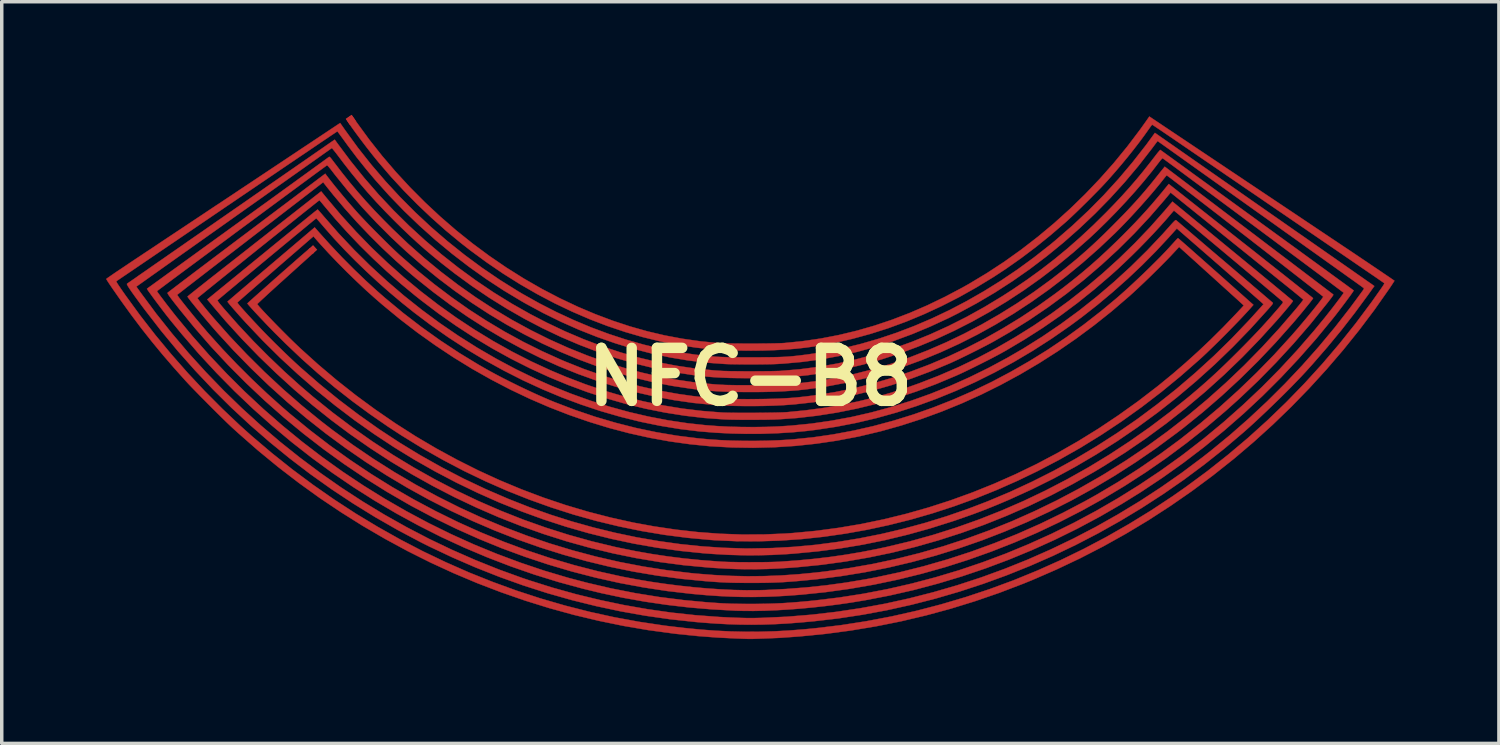
<source format=kicad_pcb>
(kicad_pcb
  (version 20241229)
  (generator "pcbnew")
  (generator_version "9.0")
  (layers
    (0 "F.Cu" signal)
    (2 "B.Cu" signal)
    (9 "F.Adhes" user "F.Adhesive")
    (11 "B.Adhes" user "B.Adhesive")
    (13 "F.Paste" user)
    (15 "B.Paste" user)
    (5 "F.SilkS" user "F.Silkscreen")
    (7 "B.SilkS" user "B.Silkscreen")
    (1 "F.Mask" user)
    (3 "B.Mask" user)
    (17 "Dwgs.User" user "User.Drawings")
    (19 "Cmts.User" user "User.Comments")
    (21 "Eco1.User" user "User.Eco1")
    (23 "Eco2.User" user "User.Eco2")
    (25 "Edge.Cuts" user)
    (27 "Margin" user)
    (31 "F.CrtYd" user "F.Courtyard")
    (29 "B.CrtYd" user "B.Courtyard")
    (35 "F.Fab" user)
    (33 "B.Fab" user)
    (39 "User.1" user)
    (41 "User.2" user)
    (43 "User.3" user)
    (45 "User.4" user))
  (footprint "NFC-B8"
    (layer "F.Cu")
    (at 7.058 0.25)
    (property "Reference" "NFC-B8" (at 11.466 7.536 0) (layer "F.SilkS") (effects (font (size 1.524 1.524) (thickness 0.3))))
    (attr through_hole)
    (fp_poly (pts (xy 0.154 0.228) (xy 0.509 0.714) (xy 0.883 1.187) (xy 1.276 1.646) (xy 1.686 2.09) (xy 2.112 2.518) (xy 2.554 2.93) (xy 3.01 3.325) (xy 3.479 3.701) (xy 3.961 4.058) (xy 4.454 4.395) (xy 4.957 4.711) (xy 5.469 5.005) (xy 5.989 5.276) (xy 6.012 5.287) (xy 6.512 5.523) (xy 7.011 5.734) (xy 7.508 5.921) (xy 8.005 6.085) (xy 8.504 6.226) (xy 9.005 6.344) (xy 9.51 6.439) (xy 10.019 6.512) (xy 10.527 6.563) (xy 10.591 6.566) (xy 10.676 6.57) (xy 10.78 6.573) (xy 10.899 6.575) (xy 11.031 6.577) (xy 11.173 6.578) (xy 11.32 6.579) (xy 11.471 6.579) (xy 11.623 6.579) (xy 11.771 6.578) (xy 11.914 6.577) (xy 12.048 6.575) (xy 12.17 6.573) (xy 12.276 6.57) (xy 12.365 6.567) (xy 12.433 6.563) (xy 12.442 6.563) (xy 12.967 6.51) (xy 13.488 6.434) (xy 14.006 6.334) (xy 14.52 6.211) (xy 15.032 6.064) (xy 15.541 5.893) (xy 16.049 5.698) (xy 16.555 5.479) (xy 17.061 5.235) (xy 17.566 4.968) (xy 17.754 4.862) (xy 18.265 4.555) (xy 18.767 4.226) (xy 19.257 3.876) (xy 19.736 3.506) (xy 20.203 3.116) (xy 20.655 2.708) (xy 21.092 2.283) (xy 21.513 1.842) (xy 21.918 1.385) (xy 22.303 0.915) (xy 22.67 0.43) (xy 22.842 0.189) (xy 22.939 0.05) (xy 24.6 1.161) (xy 24.805 1.298) (xy 25.028 1.447) (xy 25.266 1.607) (xy 25.517 1.774) (xy 25.778 1.949) (xy 26.046 2.128) (xy 26.318 2.31) (xy 26.592 2.493) (xy 26.864 2.675) (xy 27.134 2.855) (xy 27.396 3.031) (xy 27.65 3.201) (xy 27.892 3.363) (xy 28.12 3.515) (xy 28.122 3.517) (xy 28.316 3.646) (xy 28.505 3.773) (xy 28.687 3.894) (xy 28.861 4.011) (xy 29.026 4.122) (xy 29.182 4.227) (xy 29.327 4.325) (xy 29.461 4.415) (xy 29.581 4.496) (xy 29.688 4.569) (xy 29.78 4.631) (xy 29.857 4.683) (xy 29.916 4.724) (xy 29.958 4.753) (xy 29.981 4.769) (xy 29.985 4.773) (xy 29.978 4.786) (xy 29.959 4.816) (xy 29.931 4.86) (xy 29.894 4.916) (xy 29.851 4.98) (xy 29.828 5.014) (xy 29.411 5.608) (xy 28.971 6.192) (xy 28.511 6.764) (xy 28.031 7.323) (xy 27.533 7.868) (xy 27.018 8.398) (xy 26.488 8.91) (xy 25.943 9.404) (xy 25.385 9.879) (xy 25.364 9.896) (xy 24.77 10.368) (xy 24.163 10.819) (xy 23.544 11.248) (xy 22.913 11.657) (xy 22.269 12.044) (xy 21.615 12.409) (xy 20.949 12.752) (xy 20.272 13.073) (xy 19.585 13.372) (xy 19.317 13.481) (xy 18.624 13.746) (xy 17.926 13.986) (xy 17.223 14.203) (xy 16.515 14.395) (xy 15.801 14.564) (xy 15.082 14.708) (xy 14.356 14.829) (xy 13.624 14.926) (xy 12.884 14.999) (xy 12.399 15.034) (xy 12.326 15.039) (xy 12.239 15.043) (xy 12.141 15.047) (xy 12.037 15.052) (xy 11.93 15.056) (xy 11.823 15.06) (xy 11.721 15.063) (xy 11.627 15.066) (xy 11.545 15.069) (xy 11.478 15.07) (xy 11.431 15.07) (xy 11.417 15.07) (xy 11.384 15.069) (xy 11.331 15.067) (xy 11.263 15.065) (xy 11.185 15.062) (xy 11.103 15.059) (xy 11.083 15.059) (xy 10.516 15.031) (xy 9.948 14.988) (xy 9.37 14.929) (xy 9.261 14.916) (xy 8.536 14.818) (xy 7.815 14.695) (xy 7.099 14.548) (xy 6.388 14.378) (xy 5.683 14.184) (xy 4.985 13.967) (xy 4.294 13.727) (xy 3.61 13.465) (xy 2.934 13.18) (xy 2.267 12.873) (xy 1.61 12.544) (xy 0.962 12.193) (xy 0.324 11.821) (xy -0.303 11.428) (xy -0.919 11.015) (xy -1.522 10.58) (xy -2.114 10.125) (xy -2.692 9.65) (xy -3.256 9.155) (xy -3.433 8.994) (xy -3.498 8.933) (xy -3.578 8.857) (xy -3.669 8.768) (xy -3.77 8.669) (xy -3.878 8.562) (xy -3.99 8.451) (xy -4.104 8.336) (xy -4.218 8.221) (xy -4.33 8.109) (xy -4.435 8.001) (xy -4.534 7.9) (xy -4.622 7.809) (xy -4.697 7.73) (xy -4.757 7.665) (xy -4.762 7.66) (xy -5.105 7.277) (xy -5.43 6.9) (xy -5.741 6.523) (xy -6.043 6.141) (xy -6.338 5.749) (xy -6.632 5.342) (xy -6.865 5.008) (xy -6.915 4.935) (xy -6.96 4.868) (xy -6.998 4.811) (xy -7.027 4.765) (xy -7.046 4.734) (xy -7.053 4.721) (xy -7.053 4.721) (xy -7.043 4.713) (xy -7.014 4.691) (xy -6.967 4.659) (xy -6.904 4.615) (xy -6.827 4.562) (xy -6.737 4.501) (xy -6.635 4.433) (xy -6.523 4.358) (xy -6.403 4.277) (xy -6.277 4.193) (xy -6.21 4.148) (xy -6.096 4.073) (xy -5.965 3.985) (xy -5.816 3.887) (xy -5.654 3.779) (xy -5.479 3.662) (xy -5.294 3.539) (xy -5.101 3.411) (xy -4.902 3.279) (xy -4.698 3.143) (xy -4.493 3.007) (xy -4.288 2.871) (xy -4.086 2.736) (xy -3.888 2.604) (xy -3.797 2.545) (xy -3.599 2.413) (xy -3.394 2.277) (xy -3.185 2.137) (xy -2.972 1.996) (xy -2.76 1.855) (xy -2.55 1.715) (xy -2.344 1.578) (xy -2.144 1.445) (xy -1.953 1.318) (xy -1.773 1.198) (xy -1.606 1.087) (xy -1.455 0.986) (xy -1.321 0.897) (xy -1.278 0.869) (xy -0.328 0.237) (xy -0.18 0.449) (xy 0.184 0.949) (xy 0.569 1.436) (xy 0.974 1.909) (xy 1.397 2.367) (xy 1.837 2.809) (xy 2.294 3.235) (xy 2.766 3.642) (xy 3.253 4.031) (xy 3.753 4.4) (xy 4.266 4.749) (xy 4.791 5.077) (xy 4.916 5.151) (xy 5.402 5.423) (xy 5.893 5.674) (xy 6.39 5.904) (xy 6.89 6.114) (xy 7.392 6.301) (xy 7.896 6.466) (xy 8.4 6.609) (xy 8.903 6.729) (xy 9.404 6.826) (xy 9.901 6.899) (xy 10.014 6.912) (xy 10.122 6.924) (xy 10.22 6.934) (xy 10.31 6.943) (xy 10.395 6.95) (xy 10.479 6.956) (xy 10.563 6.961) (xy 10.651 6.965) (xy 10.746 6.968) (xy 10.85 6.971) (xy 10.966 6.972) (xy 11.097 6.973) (xy 11.246 6.974) (xy 11.416 6.974) (xy 11.497 6.974) (xy 11.683 6.974) (xy 11.847 6.973) (xy 11.993 6.972) (xy 12.122 6.97) (xy 12.238 6.968) (xy 12.344 6.964) (xy 12.443 6.96) (xy 12.537 6.954) (xy 12.629 6.947) (xy 12.723 6.938) (xy 12.821 6.928) (xy 12.925 6.915) (xy 13.04 6.901) (xy 13.103 6.893) (xy 13.616 6.816) (xy 14.13 6.714) (xy 14.645 6.588) (xy 15.159 6.439) (xy 15.671 6.267) (xy 16.182 6.072) (xy 16.689 5.855) (xy 17.192 5.616) (xy 17.69 5.355) (xy 18.183 5.073) (xy 18.669 4.771) (xy 19.148 4.448) (xy 19.618 4.105) (xy 20.08 3.742) (xy 20.237 3.612) (xy 20.72 3.193) (xy 21.183 2.759) (xy 21.627 2.31) (xy 22.052 1.844) (xy 22.459 1.362) (xy 22.849 0.863) (xy 23.062 0.572) (xy 23.099 0.52) (xy 26.218 2.697) (xy 26.468 2.872) (xy 26.714 3.043) (xy 26.953 3.21) (xy 27.186 3.373) (xy 27.412 3.53) (xy 27.629 3.682) (xy 27.837 3.827) (xy 28.036 3.966) (xy 28.224 4.097) (xy 28.4 4.22) (xy 28.565 4.335) (xy 28.717 4.441) (xy 28.854 4.537) (xy 28.978 4.624) (xy 29.086 4.699) (xy 29.178 4.764) (xy 29.253 4.816) (xy 29.311 4.856) (xy 29.35 4.884) (xy 29.37 4.898) (xy 29.372 4.9) (xy 29.408 4.925) (xy 29.219 5.19) (xy 28.847 5.695) (xy 28.463 6.189) (xy 28.062 6.675) (xy 27.642 7.159) (xy 27.441 7.382) (xy 27.313 7.52) (xy 27.168 7.671) (xy 27.011 7.833) (xy 26.844 8.001) (xy 26.669 8.174) (xy 26.491 8.347) (xy 26.312 8.519) (xy 26.135 8.686) (xy 25.964 8.846) (xy 25.8 8.995) (xy 25.655 9.124) (xy 25.095 9.599) (xy 24.521 10.055) (xy 23.935 10.491) (xy 23.335 10.907) (xy 22.723 11.303) (xy 22.1 11.679) (xy 21.467 12.034) (xy 20.823 12.368) (xy 20.171 12.68) (xy 19.509 12.971) (xy 18.84 13.24) (xy 18.163 13.486) (xy 17.48 13.71) (xy 16.791 13.911) (xy 16.097 14.089) (xy 15.398 14.244) (xy 14.695 14.375) (xy 13.99 14.482) (xy 13.281 14.564) (xy 13.276 14.564) (xy 12.893 14.599) (xy 12.53 14.627) (xy 12.18 14.646) (xy 11.841 14.658) (xy 11.506 14.662) (xy 11.172 14.659) (xy 10.834 14.648) (xy 10.487 14.63) (xy 10.126 14.604) (xy 9.885 14.583) (xy 9.167 14.506) (xy 8.452 14.404) (xy 7.741 14.278) (xy 7.033 14.127) (xy 6.33 13.953) (xy 5.632 13.755) (xy 4.939 13.533) (xy 4.252 13.287) (xy 3.571 13.018) (xy 2.896 12.725) (xy 2.229 12.41) (xy 1.984 12.287) (xy 1.326 11.938) (xy 0.679 11.568) (xy 0.046 11.177) (xy -0.575 10.766) (xy -1.181 10.335) (xy -1.773 9.884) (xy -2.35 9.414) (xy -2.912 8.925) (xy -3.458 8.419) (xy -3.987 7.894) (xy -4.499 7.352) (xy -4.995 6.793) (xy -5.472 6.217) (xy -5.93 5.625) (xy -5.947 5.603) (xy -6.058 5.455) (xy -6.153 5.325) (xy -6.235 5.213) (xy -6.303 5.118) (xy -6.358 5.039) (xy -6.4 4.976) (xy -6.431 4.927) (xy -6.45 4.892) (xy -6.458 4.87) (xy -6.457 4.86) (xy -6.446 4.852) (xy -6.416 4.831) (xy -6.367 4.797) (xy -6.301 4.751) (xy -6.218 4.694) (xy -6.121 4.625) (xy -6.008 4.547) (xy -5.882 4.46) (xy -5.744 4.363) (xy -5.594 4.259) (xy -5.433 4.148) (xy -5.263 4.029) (xy -5.084 3.905) (xy -4.898 3.776) (xy -4.705 3.641) (xy -4.506 3.503) (xy -4.302 3.362) (xy -4.095 3.218) (xy -3.885 3.072) (xy -3.673 2.925) (xy -3.46 2.777) (xy -3.247 2.63) (xy -3.035 2.483) (xy -2.826 2.337) (xy -2.619 2.194) (xy -2.417 2.053) (xy -2.219 1.916) (xy -2.028 1.784) (xy -1.843 1.655) (xy -1.666 1.533) (xy -1.498 1.416) (xy -1.34 1.307) (xy -1.193 1.205) (xy -1.058 1.111) (xy -0.935 1.026) (xy -0.826 0.951) (xy -0.732 0.885) (xy -0.653 0.831) (xy -0.591 0.788) (xy -0.547 0.758) (xy -0.521 0.74) (xy -0.516 0.737) (xy -0.483 0.715) (xy -0.405 0.824) (xy -0.029 1.327) (xy 0.365 1.816) (xy 0.776 2.289) (xy 1.205 2.746) (xy 1.65 3.186) (xy 2.11 3.608) (xy 2.584 4.012) (xy 3.072 4.397) (xy 3.573 4.763) (xy 4.085 5.108) (xy 4.609 5.432) (xy 5.143 5.734) (xy 5.616 5.979) (xy 6.146 6.23) (xy 6.676 6.455) (xy 7.206 6.656) (xy 7.736 6.833) (xy 8.268 6.985) (xy 8.8 7.112) (xy 9.333 7.215) (xy 9.868 7.294) (xy 10.403 7.348) (xy 10.62 7.363) (xy 10.689 7.367) (xy 10.78 7.369) (xy 10.888 7.372) (xy 11.011 7.373) (xy 11.145 7.375) (xy 11.287 7.376) (xy 11.433 7.376) (xy 11.58 7.376) (xy 11.725 7.375) (xy 11.865 7.374) (xy 11.996 7.373) (xy 12.114 7.371) (xy 12.217 7.368) (xy 12.301 7.366) (xy 12.349 7.363) (xy 12.89 7.317) (xy 13.431 7.247) (xy 13.97 7.152) (xy 14.508 7.032) (xy 15.044 6.889) (xy 15.577 6.721) (xy 16.108 6.53) (xy 16.635 6.315) (xy 17.16 6.076) (xy 17.68 5.814) (xy 18.196 5.528) (xy 18.707 5.219) (xy 19.014 5.021) (xy 19.428 4.739) (xy 19.826 4.451) (xy 20.211 4.153) (xy 20.587 3.843) (xy 20.957 3.518) (xy 21.325 3.175) (xy 21.69 2.815) (xy 21.927 2.571) (xy 22.148 2.336) (xy 22.358 2.103) (xy 22.56 1.869) (xy 22.76 1.628) (xy 22.961 1.374) (xy 23.097 1.198) (xy 23.142 1.139) (xy 23.183 1.088) (xy 23.217 1.048) (xy 23.241 1.021) (xy 23.253 1.01) (xy 23.254 1.01) (xy 23.264 1.017) (xy 23.294 1.039) (xy 23.341 1.073) (xy 23.406 1.12) (xy 23.486 1.178) (xy 23.582 1.247) (xy 23.692 1.327) (xy 23.815 1.416) (xy 23.95 1.514) (xy 24.096 1.62) (xy 24.252 1.734) (xy 24.418 1.854) (xy 24.592 1.98) (xy 24.773 2.112) (xy 24.96 2.248) (xy 25.153 2.388) (xy 25.35 2.531) (xy 25.55 2.676) (xy 25.752 2.823) (xy 25.956 2.971) (xy 26.16 3.12) (xy 26.364 3.268) (xy 26.566 3.415) (xy 26.766 3.56) (xy 26.961 3.702) (xy 27.153 3.841) (xy 27.339 3.977) (xy 27.518 4.107) (xy 27.69 4.232) (xy 27.853 4.351) (xy 28.008 4.463) (xy 28.151 4.568) (xy 28.283 4.664) (xy 28.403 4.752) (xy 28.51 4.829) (xy 28.602 4.896) (xy 28.679 4.953) (xy 28.739 4.997) (xy 28.783 5.029) (xy 28.808 5.047) (xy 28.814 5.052) (xy 28.809 5.063) (xy 28.791 5.092) (xy 28.761 5.136) (xy 28.72 5.193) (xy 28.671 5.26) (xy 28.616 5.335) (xy 28.555 5.417) (xy 28.49 5.503) (xy 28.424 5.59) (xy 28.358 5.677) (xy 28.293 5.761) (xy 28.231 5.839) (xy 28.212 5.863) (xy 27.735 6.443) (xy 27.239 7.006) (xy 26.727 7.552) (xy 26.199 8.079) (xy 25.654 8.588) (xy 25.093 9.078) (xy 24.517 9.55) (xy 23.925 10.002) (xy 23.318 10.434) (xy 22.697 10.847) (xy 22.143 11.191) (xy 21.515 11.555) (xy 20.875 11.897) (xy 20.226 12.217) (xy 19.567 12.515) (xy 18.9 12.791) (xy 18.225 13.044) (xy 17.543 13.274) (xy 16.855 13.481) (xy 16.162 13.665) (xy 15.464 13.824) (xy 14.763 13.959) (xy 14.351 14.027) (xy 13.992 14.079) (xy 13.63 14.125) (xy 13.267 14.165) (xy 12.906 14.199) (xy 12.552 14.226) (xy 12.206 14.246) (xy 11.872 14.26) (xy 11.553 14.266) (xy 11.252 14.264) (xy 11.034 14.258) (xy 10.365 14.221) (xy 9.709 14.166) (xy 9.065 14.091) (xy 8.429 13.998) (xy 7.798 13.885) (xy 7.168 13.751) (xy 6.656 13.627) (xy 5.955 13.436) (xy 5.261 13.222) (xy 4.576 12.984) (xy 3.9 12.724) (xy 3.233 12.442) (xy 2.575 12.138) (xy 1.928 11.811) (xy 1.291 11.464) (xy 0.665 11.095) (xy 0.051 10.706) (xy -0.551 10.296) (xy -1.14 9.866) (xy -1.716 9.416) (xy -2.279 8.946) (xy -2.828 8.458) (xy -3.362 7.95) (xy -3.881 7.424) (xy -4.385 6.88) (xy -4.872 6.317) (xy -5.2 5.918) (xy -5.256 5.847) (xy -5.318 5.769) (xy -5.383 5.685) (xy -5.45 5.597) (xy -5.517 5.508) (xy -5.584 5.419) (xy -5.648 5.334) (xy -5.707 5.254) (xy -5.76 5.181) (xy -5.806 5.117) (xy -5.843 5.066) (xy -5.868 5.028) (xy -5.881 5.006) (xy -5.882 5.002) (xy -5.871 4.994) (xy -5.842 4.972) (xy -5.793 4.937) (xy -5.728 4.89) (xy -5.645 4.83) (xy -5.547 4.759) (xy -5.434 4.677) (xy -5.306 4.584) (xy -5.165 4.482) (xy -5.012 4.372) (xy -4.847 4.252) (xy -4.671 4.125) (xy -4.486 3.991) (xy -4.291 3.849) (xy -4.087 3.702) (xy -3.877 3.55) (xy -3.659 3.393) (xy -3.436 3.231) (xy -3.272 3.113) (xy -3.045 2.949) (xy -2.823 2.788) (xy -2.608 2.632) (xy -2.398 2.481) (xy -2.197 2.335) (xy -2.004 2.195) (xy -1.82 2.062) (xy -1.647 1.937) (xy -1.485 1.819) (xy -1.334 1.71) (xy -1.196 1.61) (xy -1.072 1.52) (xy -0.962 1.44) (xy -0.867 1.372) (xy -0.789 1.315) (xy -0.727 1.27) (xy -0.683 1.238) (xy -0.658 1.219) (xy -0.651 1.214) (xy -0.643 1.21) (xy -0.633 1.211) (xy -0.618 1.222) (xy -0.598 1.244) (xy -0.569 1.28) (xy -0.529 1.333) (xy -0.498 1.373) (xy -0.274 1.666) (xy -0.05 1.945) (xy 0.178 2.217) (xy 0.412 2.483) (xy 0.658 2.75) (xy 0.918 3.02) (xy 1.171 3.274) (xy 1.626 3.708) (xy 2.095 4.124) (xy 2.576 4.519) (xy 3.07 4.895) (xy 3.574 5.25) (xy 4.088 5.584) (xy 4.612 5.897) (xy 5.145 6.188) (xy 5.685 6.457) (xy 6.233 6.703) (xy 6.788 6.926) (xy 7.348 7.125) (xy 7.408 7.145) (xy 7.881 7.29) (xy 8.362 7.417) (xy 8.845 7.526) (xy 9.326 7.616) (xy 9.803 7.686) (xy 10.107 7.721) (xy 10.229 7.732) (xy 10.34 7.742) (xy 10.442 7.751) (xy 10.539 7.758) (xy 10.634 7.763) (xy 10.731 7.768) (xy 10.834 7.771) (xy 10.945 7.773) (xy 11.068 7.775) (xy 11.207 7.776) (xy 11.364 7.776) (xy 11.485 7.776) (xy 11.658 7.776) (xy 11.811 7.775) (xy 11.945 7.774) (xy 12.065 7.772) (xy 12.174 7.77) (xy 12.276 7.766) (xy 12.373 7.761) (xy 12.469 7.755) (xy 12.567 7.748) (xy 12.672 7.738) (xy 12.786 7.728) (xy 12.862 7.72) (xy 13.391 7.656) (xy 13.922 7.567) (xy 14.454 7.454) (xy 14.985 7.318) (xy 15.515 7.159) (xy 16.044 6.977) (xy 16.569 6.772) (xy 17.092 6.545) (xy 17.609 6.297) (xy 18.122 6.027) (xy 18.629 5.736) (xy 19.129 5.425) (xy 19.621 5.093) (xy 20.105 4.741) (xy 20.491 4.441) (xy 20.669 4.296) (xy 20.837 4.158) (xy 20.996 4.021) (xy 21.152 3.884) (xy 21.307 3.743) (xy 21.466 3.594) (xy 21.632 3.435) (xy 21.808 3.261) (xy 21.893 3.176) (xy 22.075 2.992) (xy 22.242 2.821) (xy 22.395 2.659) (xy 22.54 2.502) (xy 22.677 2.348) (xy 22.811 2.193) (xy 22.945 2.033) (xy 23.082 1.865) (xy 23.131 1.804) (xy 23.183 1.738) (xy 23.233 1.675) (xy 23.277 1.62) (xy 23.313 1.576) (xy 23.337 1.546) (xy 23.342 1.54) (xy 23.382 1.492) (xy 25.797 3.323) (xy 26.014 3.487) (xy 26.225 3.648) (xy 26.431 3.804) (xy 26.63 3.955) (xy 26.821 4.1) (xy 27.004 4.238) (xy 27.177 4.37) (xy 27.34 4.493) (xy 27.492 4.609) (xy 27.632 4.715) (xy 27.759 4.812) (xy 27.873 4.898) (xy 27.973 4.974) (xy 28.056 5.037) (xy 28.124 5.089) (xy 28.175 5.128) (xy 28.208 5.153) (xy 28.223 5.164) (xy 28.223 5.164) (xy 28.227 5.17) (xy 28.227 5.177) (xy 28.223 5.189) (xy 28.211 5.207) (xy 28.192 5.235) (xy 28.163 5.274) (xy 28.122 5.327) (xy 28.069 5.396) (xy 28.037 5.436) (xy 27.57 6.017) (xy 27.085 6.579) (xy 26.583 7.124) (xy 26.064 7.652) (xy 25.527 8.162) (xy 25.129 8.519) (xy 24.573 8.991) (xy 24.003 9.442) (xy 23.422 9.874) (xy 22.829 10.284) (xy 22.224 10.674) (xy 21.61 11.042) (xy 20.985 11.389) (xy 20.351 11.714) (xy 19.709 12.018) (xy 19.058 12.299) (xy 18.399 12.558) (xy 17.734 12.795) (xy 17.062 13.009) (xy 16.383 13.199) (xy 15.7 13.367) (xy 15.012 13.511) (xy 14.319 13.631) (xy 13.622 13.727) (xy 12.923 13.799) (xy 12.504 13.83) (xy 12.168 13.849) (xy 11.843 13.86) (xy 11.524 13.865) (xy 11.206 13.863) (xy 10.884 13.853) (xy 10.554 13.837) (xy 10.21 13.813) (xy 9.849 13.781) (xy 9.773 13.774) (xy 9.081 13.694) (xy 8.39 13.589) (xy 7.702 13.461) (xy 7.016 13.308) (xy 6.335 13.132) (xy 5.658 12.932) (xy 4.986 12.709) (xy 4.321 12.464) (xy 3.662 12.195) (xy 3.012 11.904) (xy 2.37 11.591) (xy 1.737 11.256) (xy 1.651 11.208) (xy 1.019 10.842) (xy 0.399 10.454) (xy -0.209 10.046) (xy -0.803 9.617) (xy -1.383 9.169) (xy -1.948 8.703) (xy -2.498 8.218) (xy -3.031 7.715) (xy -3.548 7.196) (xy -4.046 6.661) (xy -4.525 6.11) (xy -4.929 5.615) (xy -5.018 5.502) (xy -5.093 5.407) (xy -5.154 5.328) (xy -5.202 5.264) (xy -5.239 5.214) (xy -5.265 5.176) (xy -5.282 5.148) (xy -5.29 5.13) (xy -5.291 5.12) (xy -5.291 5.119) (xy -5.28 5.11) (xy -5.25 5.087) (xy -5.203 5.05) (xy -5.139 5.002) (xy -5.06 4.941) (xy -4.966 4.87) (xy -4.859 4.788) (xy -4.739 4.698) (xy -4.609 4.599) (xy -4.468 4.492) (xy -4.318 4.379) (xy -4.159 4.259) (xy -3.994 4.134) (xy -3.823 4.005) (xy -3.711 3.921) (xy -3.523 3.779) (xy -3.332 3.635) (xy -3.139 3.49) (xy -2.947 3.346) (xy -2.757 3.203) (xy -2.572 3.063) (xy -2.392 2.927) (xy -2.219 2.797) (xy -2.056 2.674) (xy -1.904 2.56) (xy -1.765 2.455) (xy -1.64 2.361) (xy -1.532 2.279) (xy -1.449 2.217) (xy -0.756 1.694) (xy -0.708 1.758) (xy -0.603 1.894) (xy -0.485 2.043) (xy -0.355 2.201) (xy -0.218 2.366) (xy -0.077 2.532) (xy 0.066 2.696) (xy 0.184 2.829) (xy 0.253 2.904) (xy 0.337 2.993) (xy 0.432 3.093) (xy 0.537 3.202) (xy 0.649 3.315) (xy 0.764 3.431) (xy 0.88 3.547) (xy 0.994 3.66) (xy 1.103 3.767) (xy 1.205 3.866) (xy 1.297 3.953) (xy 1.375 4.026) (xy 1.402 4.05) (xy 1.888 4.473) (xy 2.378 4.871) (xy 2.875 5.246) (xy 3.377 5.599) (xy 3.888 5.929) (xy 4.406 6.238) (xy 4.935 6.527) (xy 5.473 6.795) (xy 6.023 7.044) (xy 6.148 7.097) (xy 6.677 7.308) (xy 7.213 7.497) (xy 7.753 7.664) (xy 8.296 7.808) (xy 8.839 7.929) (xy 9.382 8.026) (xy 9.798 8.085) (xy 9.995 8.108) (xy 10.185 8.127) (xy 10.371 8.143) (xy 10.557 8.156) (xy 10.748 8.165) (xy 10.947 8.172) (xy 11.158 8.175) (xy 11.386 8.177) (xy 11.633 8.175) (xy 11.688 8.175) (xy 11.904 8.172) (xy 12.099 8.167) (xy 12.279 8.161) (xy 12.446 8.153) (xy 12.605 8.143) (xy 12.762 8.131) (xy 12.919 8.115) (xy 13.081 8.097) (xy 13.252 8.075) (xy 13.362 8.06) (xy 13.906 7.973) (xy 14.451 7.861) (xy 14.995 7.725) (xy 15.538 7.566) (xy 16.08 7.384) (xy 16.618 7.18) (xy 17.153 6.953) (xy 17.683 6.704) (xy 18.208 6.434) (xy 18.725 6.142) (xy 19.236 5.83) (xy 19.738 5.498) (xy 20.23 5.146) (xy 20.456 4.976) (xy 20.733 4.76) (xy 20.996 4.546) (xy 21.25 4.33) (xy 21.5 4.108) (xy 21.75 3.876) (xy 22.006 3.63) (xy 22.16 3.478) (xy 22.351 3.285) (xy 22.527 3.104) (xy 22.691 2.929) (xy 22.849 2.756) (xy 23.004 2.581) (xy 23.159 2.399) (xy 23.32 2.207) (xy 23.353 2.166) (xy 23.497 1.99) (xy 25.57 3.627) (xy 25.77 3.784) (xy 25.964 3.937) (xy 26.152 4.086) (xy 26.332 4.229) (xy 26.506 4.366) (xy 26.67 4.496) (xy 26.825 4.618) (xy 26.969 4.733) (xy 27.102 4.838) (xy 27.222 4.934) (xy 27.33 5.019) (xy 27.423 5.094) (xy 27.501 5.156) (xy 27.564 5.206) (xy 27.61 5.243) (xy 27.638 5.266) (xy 27.647 5.274) (xy 27.641 5.287) (xy 27.62 5.316) (xy 27.586 5.361) (xy 27.542 5.418) (xy 27.487 5.486) (xy 27.425 5.562) (xy 27.357 5.646) (xy 27.284 5.734) (xy 27.208 5.824) (xy 27.131 5.916) (xy 27.054 6.006) (xy 27.05 6.01) (xy 26.568 6.553) (xy 26.069 7.079) (xy 25.553 7.588) (xy 25.022 8.079) (xy 24.477 8.551) (xy 23.919 9.002) (xy 23.727 9.149) (xy 23.143 9.58) (xy 22.548 9.989) (xy 21.943 10.377) (xy 21.328 10.743) (xy 20.703 11.087) (xy 20.071 11.408) (xy 19.43 11.707) (xy 18.781 11.983) (xy 18.125 12.237) (xy 17.462 12.467) (xy 16.793 12.675) (xy 16.119 12.858) (xy 15.439 13.019) (xy 14.754 13.155) (xy 14.065 13.267) (xy 13.373 13.355) (xy 12.874 13.403) (xy 12.707 13.417) (xy 12.555 13.428) (xy 12.415 13.438) (xy 12.282 13.445) (xy 12.149 13.45) (xy 12.014 13.454) (xy 11.87 13.457) (xy 11.712 13.459) (xy 11.536 13.459) (xy 11.485 13.459) (xy 11.309 13.459) (xy 11.153 13.458) (xy 11.012 13.456) (xy 10.881 13.453) (xy 10.755 13.448) (xy 10.629 13.442) (xy 10.497 13.434) (xy 10.356 13.424) (xy 10.199 13.412) (xy 10.163 13.409) (xy 9.473 13.342) (xy 8.787 13.25) (xy 8.104 13.135) (xy 7.425 12.996) (xy 6.752 12.833) (xy 6.084 12.647) (xy 5.421 12.439) (xy 4.766 12.208) (xy 4.118 11.954) (xy 3.477 11.679) (xy 2.845 11.382) (xy 2.221 11.064) (xy 1.607 10.725) (xy 1.003 10.365) (xy 0.41 9.984) (xy -0.172 9.583) (xy -0.743 9.163) (xy -1.3 8.723) (xy -1.846 8.263) (xy -2.377 7.785) (xy -2.894 7.287) (xy -3.397 6.772) (xy -3.843 6.285) (xy -3.921 6.197) (xy -4.003 6.103) (xy -4.086 6.006) (xy -4.171 5.906) (xy -4.255 5.807) (xy -4.336 5.71) (xy -4.413 5.617) (xy -4.485 5.529) (xy -4.549 5.449) (xy -4.606 5.379) (xy -4.652 5.319) (xy -4.687 5.273) (xy -4.709 5.241) (xy -4.716 5.226) (xy -4.716 5.226) (xy -4.705 5.217) (xy -4.677 5.193) (xy -4.633 5.157) (xy -4.574 5.11) (xy -4.503 5.053) (xy -4.419 4.986) (xy -4.326 4.913) (xy -4.225 4.833) (xy -4.118 4.748) (xy -4.069 4.71) (xy -3.966 4.629) (xy -3.851 4.539) (xy -3.726 4.44) (xy -3.592 4.335) (xy -3.45 4.224) (xy -3.302 4.108) (xy -3.149 3.988) (xy -2.992 3.865) (xy -2.833 3.739) (xy -2.672 3.613) (xy -2.511 3.487) (xy -2.351 3.361) (xy -2.194 3.238) (xy -2.04 3.117) (xy -1.891 3) (xy -1.749 2.889) (xy -1.614 2.783) (xy -1.487 2.683) (xy -1.371 2.592) (xy -1.266 2.51) (xy -1.173 2.437) (xy -1.095 2.375) (xy -1.031 2.325) (xy -0.983 2.288) (xy -0.953 2.265) (xy -0.945 2.258) (xy -0.873 2.202) (xy -0.705 2.407) (xy -0.295 2.893) (xy 0.133 3.364) (xy 0.577 3.82) (xy 1.037 4.258) (xy 1.512 4.68) (xy 2 5.083) (xy 2.5 5.468) (xy 3.013 5.834) (xy 3.536 6.179) (xy 4.069 6.504) (xy 4.611 6.808) (xy 5.161 7.089) (xy 5.719 7.347) (xy 6.167 7.536) (xy 6.724 7.749) (xy 7.28 7.937) (xy 7.835 8.1) (xy 8.391 8.24) (xy 8.949 8.355) (xy 9.508 8.447) (xy 10.069 8.515) (xy 10.634 8.56) (xy 10.682 8.562) (xy 10.752 8.565) (xy 10.842 8.567) (xy 10.949 8.569) (xy 11.071 8.57) (xy 11.204 8.571) (xy 11.344 8.571) (xy 11.49 8.571) (xy 11.638 8.57) (xy 11.785 8.569) (xy 11.928 8.567) (xy 12.064 8.565) (xy 12.19 8.563) (xy 12.303 8.56) (xy 12.4 8.557) (xy 12.478 8.553) (xy 12.528 8.55) (xy 13.055 8.498) (xy 13.566 8.43) (xy 14.064 8.346) (xy 14.554 8.245) (xy 15.038 8.127) (xy 15.521 7.989) (xy 16.007 7.832) (xy 16.321 7.721) (xy 16.884 7.502) (xy 17.443 7.26) (xy 17.995 6.995) (xy 18.54 6.707) (xy 19.076 6.398) (xy 19.604 6.068) (xy 20.121 5.718) (xy 20.627 5.349) (xy 21.121 4.961) (xy 21.602 4.555) (xy 22.069 4.132) (xy 22.52 3.692) (xy 22.955 3.237) (xy 23.373 2.766) (xy 23.385 2.752) (xy 23.437 2.691) (xy 23.485 2.634) (xy 23.526 2.586) (xy 23.558 2.55) (xy 23.577 2.528) (xy 23.579 2.525) (xy 23.604 2.497) (xy 25.334 3.92) (xy 25.515 4.069) (xy 25.69 4.213) (xy 25.859 4.352) (xy 26.021 4.485) (xy 26.175 4.612) (xy 26.32 4.732) (xy 26.455 4.843) (xy 26.579 4.946) (xy 26.691 5.039) (xy 26.791 5.121) (xy 26.877 5.193) (xy 26.948 5.252) (xy 27.004 5.298) (xy 27.043 5.331) (xy 27.064 5.35) (xy 27.068 5.353) (xy 27.062 5.366) (xy 27.04 5.396) (xy 27.006 5.44) (xy 26.96 5.497) (xy 26.903 5.565) (xy 26.839 5.642) (xy 26.768 5.725) (xy 26.691 5.814) (xy 26.612 5.905) (xy 26.122 6.445) (xy 25.616 6.967) (xy 25.092 7.472) (xy 24.552 7.959) (xy 23.997 8.426) (xy 23.426 8.875) (xy 22.841 9.304) (xy 22.242 9.713) (xy 21.629 10.101) (xy 21.349 10.269) (xy 20.733 10.618) (xy 20.108 10.945) (xy 19.475 11.249) (xy 18.835 11.531) (xy 18.188 11.789) (xy 17.534 12.024) (xy 16.875 12.236) (xy 16.21 12.425) (xy 15.541 12.59) (xy 14.867 12.73) (xy 14.19 12.847) (xy 13.51 12.94) (xy 12.828 13.008) (xy 12.578 13.027) (xy 12.255 13.046) (xy 11.947 13.06) (xy 11.648 13.066) (xy 11.352 13.067) (xy 11.053 13.061) (xy 10.746 13.048) (xy 10.425 13.029) (xy 10.224 13.014) (xy 9.544 12.95) (xy 8.866 12.861) (xy 8.191 12.748) (xy 7.52 12.611) (xy 6.852 12.45) (xy 6.19 12.266) (xy 5.533 12.058) (xy 4.881 11.827) (xy 4.236 11.574) (xy 3.598 11.297) (xy 2.968 10.999) (xy 2.346 10.678) (xy 1.732 10.335) (xy 1.127 9.97) (xy 0.533 9.584) (xy -0.052 9.176) (xy -0.592 8.773) (xy -1.126 8.347) (xy -1.651 7.9) (xy -2.165 7.432) (xy -2.666 6.948) (xy -3.151 6.448) (xy -3.618 5.935) (xy -3.98 5.512) (xy -4.149 5.31) (xy -3.194 4.53) (xy -2.95 4.33) (xy -2.724 4.145) (xy -2.515 3.975) (xy -2.324 3.818) (xy -2.149 3.675) (xy -1.989 3.545) (xy -1.844 3.427) (xy -1.714 3.321) (xy -1.597 3.225) (xy -1.493 3.14) (xy -1.4 3.065) (xy -1.319 2.999) (xy -1.249 2.942) (xy -1.189 2.893) (xy -1.138 2.852) (xy -1.095 2.817) (xy -1.06 2.789) (xy -1.032 2.767) (xy -1.011 2.75) (xy -0.995 2.738) (xy -0.985 2.73) (xy -0.978 2.726) (xy -0.975 2.724) (xy -0.975 2.724) (xy -0.965 2.733) (xy -0.941 2.758) (xy -0.907 2.797) (xy -0.864 2.846) (xy -0.815 2.903) (xy -0.799 2.922) (xy -0.37 3.412) (xy 0.077 3.886) (xy 0.54 4.343) (xy 1.019 4.783) (xy 1.512 5.205) (xy 2.018 5.607) (xy 2.538 5.991) (xy 3.07 6.354) (xy 3.613 6.697) (xy 4.166 7.018) (xy 4.729 7.318) (xy 5.3 7.595) (xy 5.758 7.798) (xy 6.306 8.018) (xy 6.859 8.217) (xy 7.417 8.393) (xy 7.978 8.547) (xy 8.541 8.678) (xy 9.104 8.786) (xy 9.666 8.87) (xy 10.175 8.925) (xy 10.506 8.95) (xy 10.854 8.968) (xy 11.213 8.977) (xy 11.575 8.979) (xy 11.935 8.974) (xy 12.287 8.96) (xy 12.622 8.939) (xy 12.646 8.937) (xy 13.22 8.88) (xy 13.795 8.797) (xy 14.369 8.691) (xy 14.941 8.56) (xy 15.512 8.405) (xy 16.08 8.226) (xy 16.645 8.024) (xy 17.207 7.798) (xy 17.764 7.549) (xy 18.318 7.277) (xy 18.866 6.982) (xy 19.309 6.725) (xy 19.856 6.382) (xy 20.393 6.017) (xy 20.918 5.632) (xy 21.43 5.226) (xy 21.927 4.802) (xy 22.41 4.36) (xy 22.875 3.902) (xy 23.323 3.428) (xy 23.491 3.24) (xy 23.554 3.169) (xy 23.603 3.115) (xy 23.64 3.076) (xy 23.667 3.05) (xy 23.685 3.035) (xy 23.698 3.029) (xy 23.707 3.03) (xy 23.709 3.032) (xy 23.72 3.041) (xy 23.749 3.066) (xy 23.795 3.105) (xy 23.857 3.158) (xy 23.933 3.223) (xy 24.022 3.299) (xy 24.124 3.386) (xy 24.237 3.483) (xy 24.361 3.588) (xy 24.493 3.701) (xy 24.634 3.822) (xy 24.782 3.948) (xy 24.936 4.079) (xy 25.093 4.212) (xy 25.252 4.348) (xy 25.406 4.48) (xy 25.554 4.606) (xy 25.695 4.727) (xy 25.828 4.84) (xy 25.951 4.946) (xy 26.065 5.043) (xy 26.167 5.13) (xy 26.257 5.207) (xy 26.333 5.272) (xy 26.394 5.325) (xy 26.44 5.364) (xy 26.47 5.389) (xy 26.481 5.399) (xy 26.488 5.407) (xy 26.491 5.416) (xy 26.488 5.429) (xy 26.476 5.447) (xy 26.455 5.475) (xy 26.423 5.513) (xy 26.378 5.566) (xy 26.327 5.623) (xy 25.84 6.16) (xy 25.336 6.679) (xy 24.818 7.179) (xy 24.285 7.659) (xy 23.738 8.121) (xy 23.177 8.562) (xy 22.602 8.983) (xy 22.015 9.384) (xy 21.416 9.764) (xy 20.805 10.123) (xy 20.183 10.46) (xy 19.549 10.775) (xy 18.906 11.068) (xy 18.815 11.107) (xy 18.569 11.211) (xy 18.332 11.307) (xy 18.1 11.398) (xy 17.864 11.486) (xy 17.619 11.573) (xy 17.359 11.663) (xy 17.266 11.694) (xy 16.625 11.896) (xy 15.985 12.074) (xy 15.344 12.229) (xy 14.701 12.36) (xy 14.054 12.468) (xy 13.401 12.553) (xy 12.74 12.616) (xy 12.528 12.632) (xy 12.103 12.655) (xy 11.683 12.666) (xy 11.262 12.665) (xy 10.834 12.653) (xy 10.395 12.628) (xy 10.113 12.607) (xy 9.446 12.539) (xy 8.781 12.447) (xy 8.119 12.331) (xy 7.461 12.191) (xy 6.807 12.028) (xy 6.159 11.842) (xy 5.516 11.633) (xy 4.879 11.401) (xy 4.249 11.148) (xy 3.627 10.872) (xy 3.012 10.575) (xy 2.406 10.257) (xy 1.81 9.919) (xy 1.223 9.559) (xy 0.647 9.179) (xy 0.083 8.78) (xy -0.471 8.36) (xy -1.011 7.922) (xy -1.539 7.464) (xy -2.054 6.988) (xy -2.554 6.493) (xy -3.039 5.981) (xy -3.225 5.776) (xy -3.31 5.679) (xy -3.386 5.593) (xy -3.449 5.52) (xy -3.5 5.46) (xy -3.537 5.414) (xy -3.559 5.385) (xy -3.566 5.372) (xy -3.556 5.363) (xy -3.529 5.34) (xy -3.485 5.302) (xy -3.425 5.25) (xy -3.351 5.187) (xy -3.264 5.112) (xy -3.164 5.027) (xy -3.054 4.933) (xy -2.933 4.83) (xy -2.803 4.719) (xy -2.665 4.602) (xy -2.521 4.479) (xy -2.371 4.352) (xy -2.311 4.301) (xy -1.06 3.238) (xy -0.922 3.395) (xy -0.607 3.745) (xy -0.277 4.095) (xy 0.064 4.438) (xy 0.41 4.77) (xy 0.756 5.086) (xy 0.965 5.268) (xy 1.481 5.696) (xy 2.008 6.101) (xy 2.546 6.485) (xy 3.096 6.848) (xy 3.66 7.191) (xy 3.963 7.364) (xy 4.153 7.467) (xy 4.361 7.576) (xy 4.581 7.687) (xy 4.808 7.799) (xy 5.039 7.909) (xy 5.267 8.015) (xy 5.488 8.114) (xy 5.696 8.204) (xy 5.845 8.265) (xy 6.427 8.487) (xy 7.011 8.685) (xy 7.597 8.857) (xy 8.183 9.006) (xy 8.771 9.129) (xy 9.36 9.228) (xy 9.951 9.302) (xy 10.28 9.333) (xy 10.594 9.354) (xy 10.925 9.369) (xy 11.267 9.376) (xy 11.613 9.377) (xy 11.957 9.371) (xy 12.291 9.359) (xy 12.611 9.339) (xy 12.689 9.333) (xy 13.27 9.274) (xy 13.85 9.19) (xy 14.43 9.082) (xy 15.008 8.95) (xy 15.584 8.795) (xy 16.157 8.617) (xy 16.726 8.416) (xy 17.291 8.193) (xy 17.851 7.948) (xy 18.404 7.682) (xy 18.95 7.393) (xy 19.489 7.084) (xy 20.019 6.755) (xy 20.541 6.404) (xy 21.052 6.034) (xy 21.552 5.644) (xy 21.973 5.294) (xy 22.124 5.163) (xy 22.283 5.021) (xy 22.447 4.87) (xy 22.614 4.714) (xy 22.78 4.556) (xy 22.944 4.397) (xy 23.102 4.24) (xy 23.252 4.09) (xy 23.39 3.947) (xy 23.513 3.815) (xy 23.598 3.721) (xy 23.647 3.667) (xy 23.69 3.619) (xy 23.726 3.581) (xy 23.751 3.556) (xy 23.762 3.547) (xy 23.762 3.547) (xy 23.773 3.555) (xy 23.8 3.578) (xy 23.844 3.616) (xy 23.903 3.667) (xy 23.975 3.73) (xy 24.061 3.805) (xy 24.157 3.89) (xy 24.264 3.985) (xy 24.381 4.088) (xy 24.505 4.198) (xy 24.636 4.314) (xy 24.773 4.436) (xy 24.852 4.505) (xy 25.931 5.465) (xy 25.893 5.509) (xy 25.815 5.598) (xy 25.721 5.7) (xy 25.614 5.815) (xy 25.496 5.939) (xy 25.37 6.069) (xy 25.239 6.203) (xy 25.104 6.34) (xy 24.969 6.475) (xy 24.835 6.607) (xy 24.706 6.732) (xy 24.584 6.85) (xy 24.471 6.956) (xy 24.385 7.035) (xy 23.839 7.514) (xy 23.283 7.971) (xy 22.716 8.406) (xy 22.138 8.819) (xy 21.55 9.209) (xy 20.951 9.578) (xy 20.34 9.924) (xy 19.718 10.249) (xy 19.156 10.52) (xy 18.552 10.787) (xy 17.941 11.033) (xy 17.325 11.257) (xy 16.704 11.459) (xy 16.08 11.639) (xy 15.454 11.796) (xy 14.825 11.932) (xy 14.196 12.044) (xy 13.568 12.134) (xy 12.94 12.201) (xy 12.315 12.244) (xy 11.693 12.264) (xy 11.074 12.261) (xy 10.461 12.234) (xy 10.317 12.224) (xy 9.655 12.163) (xy 8.995 12.078) (xy 8.337 11.968) (xy 7.683 11.834) (xy 7.032 11.677) (xy 6.385 11.496) (xy 5.744 11.291) (xy 5.107 11.063) (xy 4.477 10.813) (xy 3.854 10.539) (xy 3.237 10.243) (xy 2.629 9.924) (xy 2.029 9.584) (xy 1.438 9.221) (xy 1.052 8.969) (xy 0.524 8.604) (xy 0.014 8.229) (xy -0.48 7.842) (xy -0.962 7.439) (xy -1.434 7.018) (xy -1.9 6.576) (xy -2.222 6.256) (xy -2.301 6.175) (xy -2.384 6.09) (xy -2.467 6.003) (xy -2.55 5.915) (xy -2.632 5.829) (xy -2.709 5.747) (xy -2.781 5.67) (xy -2.845 5.6) (xy -2.9 5.539) (xy -2.944 5.489) (xy -2.975 5.452) (xy -2.992 5.43) (xy -2.994 5.425) (xy -2.985 5.415) (xy -2.959 5.39) (xy -2.918 5.352) (xy -2.862 5.302) (xy -2.794 5.241) (xy -2.715 5.171) (xy -2.627 5.092) (xy -2.531 5.007) (xy -2.429 4.916) (xy -2.322 4.821) (xy -2.213 4.724) (xy -2.101 4.626) (xy -1.99 4.527) (xy -1.88 4.431) (xy -1.773 4.337) (xy -1.67 4.247) (xy -1.574 4.162) (xy -1.486 4.085) (xy -1.406 4.016) (xy -1.338 3.957) (xy -1.282 3.909) (xy -1.24 3.873) (xy -1.213 3.851) (xy -1.203 3.844) (xy -1.189 3.853) (xy -1.164 3.876) (xy -1.138 3.904) (xy -1.085 3.963) (xy -1.898 4.696) (xy -2.018 4.804) (xy -2.133 4.908) (xy -2.242 5.007) (xy -2.342 5.098) (xy -2.433 5.182) (xy -2.513 5.256) (xy -2.582 5.319) (xy -2.637 5.371) (xy -2.678 5.409) (xy -2.703 5.434) (xy -2.71 5.443) (xy -2.702 5.458) (xy -2.677 5.489) (xy -2.638 5.535) (xy -2.586 5.592) (xy -2.523 5.66) (xy -2.45 5.738) (xy -2.369 5.823) (xy -2.281 5.914) (xy -2.189 6.009) (xy -2.093 6.107) (xy -1.995 6.206) (xy -1.897 6.304) (xy -1.801 6.4) (xy -1.707 6.492) (xy -1.618 6.578) (xy -1.535 6.657) (xy -1.481 6.709) (xy -0.957 7.182) (xy -0.42 7.636) (xy 0.129 8.069) (xy 0.69 8.481) (xy 1.261 8.873) (xy 1.842 9.244) (xy 2.434 9.593) (xy 3.035 9.92) (xy 3.644 10.226) (xy 4.261 10.509) (xy 4.887 10.77) (xy 5.519 11.008) (xy 6.158 11.223) (xy 6.802 11.414) (xy 7.453 11.582) (xy 8.108 11.727) (xy 8.693 11.834) (xy 9.332 11.929) (xy 9.967 12) (xy 10.599 12.047) (xy 11.227 12.069) (xy 11.851 12.067) (xy 12.473 12.041) (xy 12.689 12.026) (xy 13.346 11.964) (xy 14.001 11.877) (xy 14.653 11.767) (xy 15.302 11.632) (xy 15.947 11.474) (xy 16.587 11.292) (xy 17.223 11.087) (xy 17.852 10.859) (xy 18.476 10.608) (xy 19.092 10.335) (xy 19.702 10.04) (xy 20.303 9.722) (xy 20.895 9.383) (xy 21.479 9.022) (xy 22.052 8.639) (xy 22.616 8.236) (xy 23.168 7.812) (xy 23.228 7.764) (xy 23.61 7.451) (xy 23.981 7.131) (xy 24.344 6.803) (xy 24.703 6.463) (xy 25.062 6.107) (xy 25.422 5.732) (xy 25.587 5.556) (xy 25.653 5.484) (xy 25.611 5.443) (xy 25.597 5.43) (xy 25.567 5.403) (xy 25.521 5.361) (xy 25.462 5.307) (xy 25.39 5.242) (xy 25.308 5.168) (xy 25.218 5.086) (xy 25.119 4.997) (xy 25.015 4.903) (xy 24.907 4.805) (xy 24.796 4.704) (xy 24.684 4.603) (xy 24.572 4.502) (xy 24.463 4.403) (xy 24.357 4.307) (xy 24.256 4.215) (xy 24.161 4.13) (xy 24.075 4.053) (xy 23.999 3.984) (xy 23.934 3.925) (xy 23.882 3.879) (xy 23.845 3.845) (xy 23.824 3.826) (xy 23.822 3.824) (xy 23.795 3.8) (xy 23.675 3.929) (xy 23.552 4.061) (xy 23.413 4.204) (xy 23.263 4.356) (xy 23.106 4.512) (xy 22.946 4.669) (xy 22.786 4.823) (xy 22.63 4.97) (xy 22.483 5.107) (xy 22.348 5.229) (xy 22.347 5.229) (xy 21.855 5.651) (xy 21.35 6.053) (xy 20.833 6.436) (xy 20.306 6.799) (xy 19.769 7.142) (xy 19.223 7.464) (xy 18.668 7.765) (xy 18.107 8.044) (xy 17.538 8.301) (xy 16.964 8.535) (xy 16.385 8.747) (xy 15.802 8.935) (xy 15.215 9.1) (xy 14.626 9.24) (xy 14.536 9.259) (xy 13.947 9.371) (xy 13.354 9.458) (xy 12.756 9.521) (xy 12.154 9.56) (xy 11.55 9.575) (xy 10.944 9.566) (xy 10.337 9.532) (xy 10.317 9.531) (xy 9.733 9.473) (xy 9.149 9.392) (xy 8.566 9.286) (xy 7.984 9.157) (xy 7.404 9.004) (xy 6.828 8.828) (xy 6.255 8.63) (xy 5.686 8.409) (xy 5.123 8.166) (xy 4.566 7.901) (xy 4.015 7.614) (xy 3.471 7.307) (xy 2.935 6.978) (xy 2.409 6.629) (xy 1.891 6.26) (xy 1.384 5.871) (xy 0.888 5.462) (xy 0.687 5.288) (xy 0.419 5.048) (xy 0.148 4.793) (xy -0.124 4.53) (xy -0.391 4.261) (xy -0.648 3.992) (xy -0.891 3.728) (xy -1.044 3.555) (xy -1.096 3.496) (xy -2.187 4.441) (xy -2.328 4.564) (xy -2.464 4.682) (xy -2.594 4.794) (xy -2.716 4.9) (xy -2.829 4.999) (xy -2.932 5.089) (xy -3.025 5.17) (xy -3.105 5.24) (xy -3.171 5.298) (xy -3.223 5.344) (xy -3.26 5.377) (xy -3.279 5.395) (xy -3.282 5.398) (xy -3.276 5.412) (xy -3.253 5.443) (xy -3.215 5.489) (xy -3.163 5.55) (xy -3.098 5.623) (xy -3.02 5.709) (xy -2.931 5.806) (xy -2.833 5.913) (xy -2.725 6.028) (xy -2.609 6.152) (xy -2.558 6.205) (xy -2.447 6.32) (xy -2.321 6.447) (xy -2.185 6.583) (xy -2.043 6.722) (xy -1.899 6.862) (xy -1.758 6.997) (xy -1.623 7.123) (xy -1.498 7.237) (xy -1.469 7.264) (xy -0.923 7.739) (xy -0.365 8.193) (xy 0.205 8.625) (xy 0.787 9.037) (xy 1.381 9.427) (xy 1.986 9.795) (xy 2.602 10.141) (xy 3.229 10.466) (xy 3.867 10.768) (xy 4.514 11.047) (xy 5.122 11.286) (xy 5.726 11.5) (xy 6.338 11.694) (xy 6.954 11.866) (xy 7.575 12.018) (xy 8.198 12.149) (xy 8.822 12.257) (xy 9.445 12.344) (xy 10.065 12.408) (xy 10.681 12.45) (xy 11.291 12.469) (xy 11.472 12.47) (xy 12.091 12.458) (xy 12.715 12.423) (xy 13.343 12.365) (xy 13.973 12.283) (xy 14.605 12.179) (xy 15.236 12.053) (xy 15.866 11.904) (xy 16.493 11.734) (xy 17.115 11.542) (xy 17.732 11.328) (xy 18.277 11.12) (xy 18.926 10.847) (xy 19.565 10.551) (xy 20.194 10.234) (xy 20.811 9.894) (xy 21.417 9.533) (xy 22.012 9.151) (xy 22.594 8.749) (xy 23.163 8.325) (xy 23.719 7.882) (xy 24.261 7.419) (xy 24.789 6.937) (xy 25.302 6.435) (xy 25.799 5.915) (xy 26.136 5.543) (xy 26.221 5.447) (xy 26.185 5.412) (xy 26.171 5.4) (xy 26.14 5.372) (xy 26.093 5.33) (xy 26.03 5.275) (xy 25.953 5.208) (xy 25.863 5.13) (xy 25.762 5.041) (xy 25.65 4.943) (xy 25.528 4.837) (xy 25.398 4.723) (xy 25.26 4.604) (xy 25.117 4.479) (xy 24.968 4.349) (xy 24.94 4.324) (xy 23.73 3.271) (xy 23.703 3.3) (xy 23.686 3.318) (xy 23.656 3.351) (xy 23.616 3.396) (xy 23.568 3.449) (xy 23.515 3.507) (xy 23.509 3.515) (xy 23.131 3.921) (xy 22.732 4.323) (xy 22.315 4.717) (xy 21.884 5.1) (xy 21.443 5.469) (xy 20.994 5.821) (xy 20.651 6.074) (xy 20.124 6.44) (xy 19.589 6.784) (xy 19.047 7.105) (xy 18.497 7.405) (xy 17.942 7.682) (xy 17.381 7.936) (xy 16.815 8.167) (xy 16.245 8.375) (xy 15.671 8.56) (xy 15.094 8.721) (xy 14.514 8.858) (xy 13.931 8.971) (xy 13.348 9.059) (xy 13.078 9.092) (xy 12.666 9.131) (xy 12.237 9.157) (xy 11.798 9.172) (xy 11.355 9.174) (xy 10.912 9.164) (xy 10.475 9.142) (xy 10.051 9.108) (xy 10.014 9.105) (xy 9.443 9.036) (xy 8.871 8.942) (xy 8.299 8.825) (xy 7.729 8.683) (xy 7.161 8.519) (xy 6.596 8.331) (xy 6.034 8.121) (xy 5.477 7.888) (xy 4.924 7.633) (xy 4.378 7.356) (xy 3.838 7.058) (xy 3.306 6.739) (xy 2.782 6.399) (xy 2.267 6.038) (xy 1.791 5.68) (xy 1.446 5.404) (xy 1.101 5.114) (xy 0.76 4.813) (xy 0.426 4.504) (xy 0.101 4.189) (xy -0.21 3.873) (xy -0.505 3.557) (xy -0.781 3.245) (xy -0.879 3.13) (xy -0.923 3.078) (xy -0.961 3.034) (xy -0.992 3.001) (xy -1.011 2.982) (xy -1.016 2.978) (xy -1.026 2.986) (xy -1.054 3.008) (xy -1.098 3.044) (xy -1.158 3.093) (xy -1.231 3.153) (xy -1.317 3.224) (xy -1.414 3.305) (xy -1.521 3.393) (xy -1.638 3.489) (xy -1.761 3.592) (xy -1.891 3.699) (xy -2.026 3.811) (xy -2.165 3.926) (xy -2.306 4.043) (xy -2.448 4.161) (xy -2.59 4.279) (xy -2.73 4.396) (xy -2.868 4.51) (xy -3.002 4.622) (xy -3.131 4.729) (xy -3.254 4.83) (xy -3.368 4.926) (xy -3.474 5.014) (xy -3.569 5.093) (xy -3.652 5.163) (xy -3.723 5.222) (xy -3.78 5.27) (xy -3.821 5.305) (xy -3.845 5.326) (xy -3.85 5.33) (xy -3.852 5.338) (xy -3.846 5.354) (xy -3.83 5.378) (xy -3.804 5.414) (xy -3.764 5.463) (xy -3.71 5.527) (xy -3.666 5.579) (xy -3.256 6.044) (xy -2.826 6.504) (xy -2.38 6.953) (xy -1.923 7.389) (xy -1.458 7.808) (xy -1.104 8.11) (xy -0.549 8.557) (xy 0.018 8.984) (xy 0.597 9.391) (xy 1.188 9.777) (xy 1.789 10.142) (xy 2.401 10.485) (xy 3.021 10.807) (xy 3.651 11.107) (xy 4.288 11.384) (xy 4.933 11.639) (xy 5.584 11.87) (xy 6.241 12.078) (xy 6.903 12.263) (xy 7.57 12.424) (xy 7.704 12.453) (xy 8.168 12.547) (xy 8.627 12.628) (xy 9.087 12.697) (xy 9.554 12.756) (xy 10.031 12.804) (xy 10.525 12.842) (xy 10.663 12.851) (xy 10.752 12.855) (xy 10.862 12.859) (xy 10.989 12.861) (xy 11.128 12.864) (xy 11.277 12.865) (xy 11.431 12.866) (xy 11.587 12.865) (xy 11.739 12.865) (xy 11.886 12.863) (xy 12.022 12.861) (xy 12.143 12.857) (xy 12.247 12.854) (xy 12.306 12.851) (xy 12.804 12.815) (xy 13.284 12.77) (xy 13.751 12.715) (xy 14.209 12.649) (xy 14.664 12.572) (xy 15.12 12.483) (xy 15.38 12.427) (xy 16.053 12.266) (xy 16.72 12.08) (xy 17.381 11.871) (xy 18.035 11.639) (xy 18.682 11.383) (xy 19.322 11.105) (xy 19.953 10.804) (xy 20.575 10.481) (xy 21.188 10.137) (xy 21.791 9.771) (xy 22.382 9.383) (xy 22.963 8.975) (xy 23.531 8.546) (xy 24.087 8.097) (xy 24.29 7.925) (xy 24.435 7.8) (xy 24.572 7.68) (xy 24.702 7.563) (xy 24.831 7.445) (xy 24.96 7.324) (xy 25.094 7.196) (xy 25.236 7.058) (xy 25.389 6.907) (xy 25.495 6.802) (xy 25.655 6.641) (xy 25.8 6.493) (xy 25.933 6.355) (xy 26.059 6.223) (xy 26.179 6.094) (xy 26.297 5.964) (xy 26.417 5.83) (xy 26.541 5.687) (xy 26.604 5.615) (xy 26.664 5.545) (xy 26.71 5.49) (xy 26.743 5.45) (xy 26.765 5.421) (xy 26.777 5.401) (xy 26.782 5.388) (xy 26.78 5.379) (xy 26.775 5.372) (xy 26.762 5.361) (xy 26.732 5.335) (xy 26.685 5.296) (xy 26.624 5.244) (xy 26.548 5.18) (xy 26.46 5.106) (xy 26.36 5.022) (xy 26.25 4.929) (xy 26.13 4.829) (xy 26.003 4.723) (xy 25.869 4.611) (xy 25.73 4.494) (xy 25.586 4.374) (xy 25.44 4.251) (xy 25.291 4.127) (xy 25.142 4.002) (xy 24.994 3.878) (xy 24.847 3.755) (xy 24.703 3.634) (xy 24.563 3.518) (xy 24.429 3.406) (xy 24.301 3.299) (xy 24.181 3.199) (xy 24.07 3.106) (xy 23.97 3.022) (xy 23.88 2.948) (xy 23.804 2.884) (xy 23.741 2.832) (xy 23.693 2.793) (xy 23.662 2.767) (xy 23.648 2.755) (xy 23.647 2.755) (xy 23.637 2.764) (xy 23.615 2.788) (xy 23.584 2.822) (xy 23.565 2.845) (xy 23.408 3.029) (xy 23.233 3.224) (xy 23.046 3.427) (xy 22.848 3.634) (xy 22.644 3.843) (xy 22.437 4.048) (xy 22.229 4.248) (xy 22.026 4.439) (xy 21.843 4.604) (xy 21.362 5.017) (xy 20.874 5.409) (xy 20.377 5.779) (xy 19.87 6.129) (xy 19.349 6.462) (xy 18.813 6.78) (xy 18.693 6.847) (xy 18.591 6.903) (xy 18.472 6.966) (xy 18.338 7.036) (xy 18.196 7.108) (xy 18.049 7.182) (xy 17.901 7.256) (xy 17.757 7.326) (xy 17.621 7.392) (xy 17.497 7.45) (xy 17.391 7.498) (xy 17.377 7.504) (xy 16.81 7.742) (xy 16.241 7.956) (xy 15.671 8.145) (xy 15.101 8.309) (xy 14.529 8.448) (xy 13.956 8.563) (xy 13.382 8.653) (xy 12.807 8.719) (xy 12.259 8.758) (xy 12.169 8.762) (xy 12.057 8.765) (xy 11.93 8.768) (xy 11.79 8.769) (xy 11.641 8.77) (xy 11.489 8.771) (xy 11.336 8.771) (xy 11.187 8.77) (xy 11.047 8.768) (xy 10.919 8.766) (xy 10.807 8.763) (xy 10.715 8.759) (xy 10.712 8.759) (xy 10.147 8.718) (xy 9.581 8.652) (xy 9.015 8.563) (xy 8.45 8.45) (xy 7.886 8.313) (xy 7.325 8.152) (xy 6.767 7.969) (xy 6.213 7.763) (xy 5.663 7.535) (xy 5.118 7.284) (xy 4.579 7.012) (xy 4.046 6.718) (xy 3.521 6.403) (xy 3.003 6.066) (xy 2.494 5.709) (xy 1.995 5.331) (xy 1.828 5.199) (xy 1.421 4.862) (xy 1.02 4.509) (xy 0.627 4.142) (xy 0.245 3.765) (xy -0.122 3.38) (xy -0.472 2.992) (xy -0.8 2.603) (xy -0.819 2.579) (xy -0.857 2.533) (xy -0.889 2.496) (xy -0.913 2.469) (xy -0.925 2.459) (xy -0.925 2.458) (xy -0.936 2.466) (xy -0.964 2.488) (xy -1.01 2.524) (xy -1.071 2.572) (xy -1.147 2.633) (xy -1.236 2.704) (xy -1.338 2.784) (xy -1.45 2.874) (xy -1.573 2.972) (xy -1.704 3.077) (xy -1.842 3.187) (xy -1.987 3.303) (xy -2.138 3.424) (xy -2.292 3.547) (xy -2.449 3.673) (xy -2.608 3.8) (xy -2.767 3.928) (xy -2.926 4.055) (xy -3.082 4.181) (xy -3.236 4.305) (xy -3.386 4.425) (xy -3.53 4.541) (xy -3.668 4.652) (xy -3.798 4.757) (xy -3.919 4.854) (xy -4.03 4.944) (xy -4.131 5.025) (xy -4.218 5.096) (xy -4.292 5.156) (xy -4.352 5.204) (xy -4.395 5.24) (xy -4.422 5.262) (xy -4.43 5.269) (xy -4.423 5.283) (xy -4.402 5.313) (xy -4.369 5.358) (xy -4.323 5.416) (xy -4.268 5.484) (xy -4.205 5.562) (xy -4.134 5.647) (xy -4.059 5.736) (xy -3.98 5.829) (xy -3.978 5.831) (xy -3.503 6.368) (xy -3.009 6.89) (xy -2.499 7.396) (xy -1.974 7.885) (xy -1.435 8.355) (xy -0.884 8.804) (xy -0.541 9.069) (xy 0.04 9.493) (xy 0.632 9.895) (xy 1.235 10.276) (xy 1.847 10.636) (xy 2.469 10.973) (xy 3.099 11.289) (xy 3.737 11.582) (xy 4.383 11.852) (xy 5.037 12.1) (xy 5.696 12.325) (xy 6.362 12.526) (xy 7.032 12.704) (xy 7.708 12.859) (xy 8.388 12.989) (xy 9.072 13.096) (xy 9.759 13.178) (xy 9.922 13.194) (xy 10.419 13.233) (xy 10.907 13.258) (xy 11.39 13.269) (xy 11.871 13.264) (xy 12.357 13.245) (xy 12.85 13.211) (xy 13.356 13.162) (xy 13.616 13.132) (xy 14.302 13.035) (xy 14.986 12.915) (xy 15.665 12.77) (xy 16.34 12.601) (xy 17.01 12.408) (xy 17.674 12.191) (xy 18.333 11.951) (xy 18.985 11.688) (xy 19.63 11.401) (xy 20.268 11.092) (xy 20.897 10.76) (xy 21.519 10.405) (xy 21.658 10.322) (xy 22.272 9.937) (xy 22.874 9.531) (xy 23.461 9.104) (xy 24.035 8.658) (xy 24.594 8.192) (xy 25.138 7.707) (xy 25.666 7.204) (xy 26.178 6.682) (xy 26.674 6.142) (xy 27.153 5.585) (xy 27.227 5.495) (xy 27.272 5.44) (xy 27.31 5.392) (xy 27.341 5.352) (xy 27.36 5.326) (xy 27.365 5.316) (xy 27.356 5.307) (xy 27.329 5.284) (xy 27.286 5.247) (xy 27.228 5.2) (xy 27.159 5.143) (xy 27.078 5.077) (xy 26.988 5.004) (xy 26.891 4.926) (xy 26.8 4.853) (xy 26.7 4.773) (xy 26.584 4.679) (xy 26.455 4.575) (xy 26.314 4.462) (xy 26.166 4.343) (xy 26.011 4.219) (xy 25.855 4.092) (xy 25.698 3.966) (xy 25.545 3.843) (xy 25.397 3.724) (xy 25.352 3.688) (xy 25.21 3.573) (xy 25.064 3.456) (xy 24.916 3.337) (xy 24.77 3.219) (xy 24.626 3.103) (xy 24.489 2.992) (xy 24.359 2.888) (xy 24.241 2.793) (xy 24.136 2.708) (xy 24.046 2.636) (xy 24.01 2.607) (xy 23.551 2.237) (xy 23.378 2.444) (xy 22.951 2.937) (xy 22.505 3.414) (xy 22.041 3.875) (xy 21.561 4.317) (xy 21.065 4.742) (xy 20.554 5.147) (xy 20.028 5.533) (xy 19.488 5.899) (xy 18.936 6.245) (xy 18.477 6.51) (xy 18.378 6.564) (xy 18.262 6.626) (xy 18.132 6.693) (xy 17.993 6.764) (xy 17.85 6.836) (xy 17.705 6.908) (xy 17.565 6.976) (xy 17.432 7.04) (xy 17.311 7.096) (xy 17.208 7.144) (xy 17.191 7.151) (xy 16.635 7.383) (xy 16.08 7.591) (xy 15.524 7.774) (xy 14.968 7.933) (xy 14.412 8.068) (xy 13.854 8.178) (xy 13.296 8.264) (xy 12.736 8.326) (xy 12.664 8.332) (xy 12.417 8.35) (xy 12.152 8.363) (xy 11.873 8.371) (xy 11.588 8.375) (xy 11.301 8.375) (xy 11.018 8.37) (xy 10.745 8.361) (xy 10.489 8.347) (xy 10.379 8.339) (xy 9.823 8.284) (xy 9.267 8.204) (xy 8.712 8.1) (xy 8.157 7.973) (xy 7.605 7.822) (xy 7.055 7.648) (xy 6.508 7.451) (xy 5.966 7.232) (xy 5.428 6.99) (xy 4.895 6.726) (xy 4.369 6.441) (xy 3.849 6.134) (xy 3.337 5.807) (xy 2.833 5.458) (xy 2.338 5.089) (xy 1.852 4.701) (xy 1.657 4.536) (xy 1.272 4.197) (xy 0.89 3.839) (xy 0.516 3.466) (xy 0.152 3.084) (xy -0.197 2.695) (xy -0.527 2.303) (xy -0.707 2.079) (xy -0.816 1.94) (xy -0.917 2.018) (xy -0.937 2.034) (xy -0.975 2.063) (xy -1.031 2.106) (xy -1.104 2.162) (xy -1.192 2.23) (xy -1.295 2.309) (xy -1.411 2.399) (xy -1.541 2.499) (xy -1.682 2.607) (xy -1.834 2.724) (xy -1.995 2.848) (xy -2.166 2.98) (xy -2.344 3.117) (xy -2.529 3.259) (xy -2.72 3.406) (xy -2.915 3.556) (xy -3.013 3.632) (xy -3.209 3.783) (xy -3.4 3.93) (xy -3.585 4.072) (xy -3.763 4.209) (xy -3.933 4.34) (xy -4.094 4.464) (xy -4.245 4.581) (xy -4.385 4.689) (xy -4.513 4.788) (xy -4.629 4.878) (xy -4.732 4.957) (xy -4.82 5.026) (xy -4.892 5.082) (xy -4.949 5.126) (xy -4.988 5.157) (xy -5.009 5.174) (xy -5.012 5.177) (xy -5.006 5.19) (xy -4.985 5.221) (xy -4.952 5.267) (xy -4.907 5.326) (xy -4.852 5.396) (xy -4.789 5.476) (xy -4.719 5.563) (xy -4.643 5.656) (xy -4.564 5.754) (xy -4.482 5.853) (xy -4.399 5.952) (xy -4.317 6.05) (xy -4.237 6.144) (xy -4.161 6.233) (xy -4.107 6.295) (xy -3.712 6.734) (xy -3.298 7.169) (xy -2.871 7.595) (xy -2.434 8.009) (xy -1.994 8.405) (xy -1.767 8.6) (xy -1.203 9.063) (xy -0.627 9.505) (xy -0.038 9.926) (xy 0.562 10.327) (xy 1.174 10.707) (xy 1.796 11.065) (xy 2.428 11.401) (xy 3.069 11.716) (xy 3.719 12.008) (xy 4.378 12.277) (xy 5.044 12.524) (xy 5.717 12.748) (xy 6.396 12.948) (xy 7.082 13.125) (xy 7.773 13.278) (xy 7.813 13.286) (xy 8.206 13.36) (xy 8.606 13.428) (xy 9.011 13.487) (xy 9.416 13.539) (xy 9.82 13.583) (xy 10.218 13.618) (xy 10.608 13.645) (xy 10.986 13.663) (xy 11.35 13.671) (xy 11.697 13.67) (xy 11.888 13.665) (xy 12.487 13.635) (xy 13.072 13.59) (xy 13.646 13.529) (xy 14.216 13.451) (xy 14.785 13.356) (xy 15.061 13.304) (xy 15.758 13.155) (xy 16.449 12.981) (xy 17.134 12.784) (xy 17.812 12.563) (xy 18.484 12.318) (xy 19.149 12.05) (xy 19.806 11.759) (xy 20.456 11.443) (xy 21.099 11.105) (xy 21.423 10.924) (xy 22.042 10.557) (xy 22.649 10.168) (xy 23.245 9.758) (xy 23.829 9.328) (xy 24.399 8.878) (xy 24.956 8.409) (xy 25.496 7.922) (xy 26.021 7.417) (xy 26.529 6.896) (xy 27.018 6.359) (xy 27.197 6.154) (xy 27.273 6.064) (xy 27.353 5.97) (xy 27.433 5.874) (xy 27.513 5.778) (xy 27.59 5.683) (xy 27.664 5.593) (xy 27.732 5.508) (xy 27.793 5.431) (xy 27.845 5.363) (xy 27.888 5.307) (xy 27.918 5.265) (xy 27.936 5.239) (xy 27.939 5.232) (xy 27.929 5.223) (xy 27.901 5.2) (xy 27.856 5.164) (xy 27.794 5.115) (xy 27.717 5.054) (xy 27.625 4.982) (xy 27.521 4.9) (xy 27.404 4.809) (xy 27.276 4.709) (xy 27.137 4.601) (xy 26.99 4.486) (xy 26.835 4.365) (xy 26.673 4.239) (xy 26.505 4.109) (xy 26.332 3.974) (xy 26.156 3.837) (xy 25.976 3.698) (xy 25.796 3.557) (xy 25.614 3.417) (xy 25.433 3.276) (xy 25.253 3.137) (xy 25.076 3) (xy 24.903 2.865) (xy 24.734 2.735) (xy 24.571 2.609) (xy 24.414 2.488) (xy 24.266 2.373) (xy 24.126 2.265) (xy 23.996 2.165) (xy 23.877 2.074) (xy 23.77 1.992) (xy 23.676 1.92) (xy 23.597 1.859) (xy 23.532 1.81) (xy 23.484 1.774) (xy 23.453 1.751) (xy 23.44 1.742) (xy 23.44 1.742) (xy 23.429 1.751) (xy 23.406 1.776) (xy 23.377 1.812) (xy 23.356 1.838) (xy 23.248 1.975) (xy 23.125 2.125) (xy 22.989 2.286) (xy 22.844 2.453) (xy 22.693 2.623) (xy 22.538 2.794) (xy 22.383 2.962) (xy 22.231 3.122) (xy 22.084 3.273) (xy 21.953 3.404) (xy 21.492 3.84) (xy 21.02 4.256) (xy 20.538 4.652) (xy 20.047 5.028) (xy 19.547 5.382) (xy 19.038 5.716) (xy 18.522 6.028) (xy 17.999 6.318) (xy 17.469 6.586) (xy 16.933 6.831) (xy 16.392 7.054) (xy 15.846 7.254) (xy 15.297 7.43) (xy 14.743 7.582) (xy 14.187 7.711) (xy 13.708 7.802) (xy 13.478 7.839) (xy 13.257 7.871) (xy 13.042 7.898) (xy 12.829 7.921) (xy 12.612 7.938) (xy 12.39 7.952) (xy 12.157 7.962) (xy 11.91 7.968) (xy 11.644 7.972) (xy 11.485 7.972) (xy 11.264 7.971) (xy 11.063 7.969) (xy 10.88 7.965) (xy 10.71 7.96) (xy 10.549 7.952) (xy 10.393 7.942) (xy 10.238 7.929) (xy 10.081 7.914) (xy 9.918 7.896) (xy 9.749 7.875) (xy 9.208 7.793) (xy 8.667 7.688) (xy 8.128 7.558) (xy 7.591 7.405) (xy 7.056 7.23) (xy 6.524 7.032) (xy 5.997 6.813) (xy 5.476 6.572) (xy 4.96 6.31) (xy 4.45 6.028) (xy 3.949 5.727) (xy 3.456 5.406) (xy 2.971 5.066) (xy 2.497 4.708) (xy 2.034 4.332) (xy 1.582 3.938) (xy 1.143 3.528) (xy 0.717 3.101) (xy 0.304 2.659) (xy -0.093 2.201) (xy -0.475 1.728) (xy -0.552 1.628) (xy -0.607 1.557) (xy -0.65 1.506) (xy -0.68 1.472) (xy -0.7 1.456) (xy -0.709 1.455) (xy -0.723 1.464) (xy -0.755 1.488) (xy -0.805 1.524) (xy -0.872 1.573) (xy -0.954 1.633) (xy -1.051 1.704) (xy -1.161 1.785) (xy -1.284 1.876) (xy -1.418 1.974) (xy -1.562 2.081) (xy -1.716 2.194) (xy -1.878 2.314) (xy -2.047 2.439) (xy -2.222 2.568) (xy -2.402 2.701) (xy -2.587 2.838) (xy -2.775 2.977) (xy -2.964 3.117) (xy -3.155 3.258) (xy -3.346 3.399) (xy -3.535 3.54) (xy -3.723 3.679) (xy -3.907 3.815) (xy -4.087 3.949) (xy -4.263 4.079) (xy -4.431 4.204) (xy -4.593 4.324) (xy -4.746 4.437) (xy -4.89 4.544) (xy -5.024 4.644) (xy -5.146 4.734) (xy -5.255 4.816) (xy -5.352 4.888) (xy -5.433 4.949) (xy -5.499 4.998) (xy -5.549 5.036) (xy -5.581 5.06) (xy -5.594 5.071) (xy -5.595 5.071) (xy -5.587 5.084) (xy -5.567 5.115) (xy -5.534 5.16) (xy -5.492 5.218) (xy -5.441 5.285) (xy -5.384 5.361) (xy -5.322 5.442) (xy -5.257 5.526) (xy -5.191 5.611) (xy -5.126 5.694) (xy -5.063 5.774) (xy -5.047 5.794) (xy -4.577 6.362) (xy -4.09 6.913) (xy -3.587 7.446) (xy -3.069 7.962) (xy -2.535 8.459) (xy -1.986 8.938) (xy -1.424 9.398) (xy -0.848 9.839) (xy -0.259 10.26) (xy 0.343 10.661) (xy 0.956 11.041) (xy 1.581 11.401) (xy 2.216 11.74) (xy 2.862 12.058) (xy 3.517 12.354) (xy 4.182 12.627) (xy 4.855 12.878) (xy 5.535 13.107) (xy 6.224 13.312) (xy 6.778 13.458) (xy 7.465 13.618) (xy 8.156 13.754) (xy 8.85 13.866) (xy 9.544 13.954) (xy 10.194 14.015) (xy 10.366 14.028) (xy 10.519 14.038) (xy 10.659 14.047) (xy 10.79 14.053) (xy 10.92 14.058) (xy 11.053 14.061) (xy 11.195 14.063) (xy 11.351 14.064) (xy 11.485 14.065) (xy 11.727 14.063) (xy 11.957 14.059) (xy 12.18 14.052) (xy 12.4 14.042) (xy 12.624 14.027) (xy 12.856 14.009) (xy 13.103 13.987) (xy 13.319 13.965) (xy 14.021 13.88) (xy 14.72 13.771) (xy 15.415 13.637) (xy 16.106 13.479) (xy 16.792 13.298) (xy 17.473 13.094) (xy 18.147 12.866) (xy 18.815 12.616) (xy 19.476 12.342) (xy 20.129 12.047) (xy 20.773 11.729) (xy 21.408 11.389) (xy 22.034 11.027) (xy 22.649 10.644) (xy 23.254 10.24) (xy 23.847 9.815) (xy 23.919 9.761) (xy 24.504 9.308) (xy 25.075 8.835) (xy 25.629 8.344) (xy 26.167 7.836) (xy 26.687 7.311) (xy 27.189 6.769) (xy 27.672 6.212) (xy 27.985 5.831) (xy 28.049 5.75) (xy 28.116 5.665) (xy 28.184 5.579) (xy 28.25 5.493) (xy 28.312 5.412) (xy 28.37 5.335) (xy 28.422 5.267) (xy 28.465 5.209) (xy 28.498 5.163) (xy 28.519 5.132) (xy 28.526 5.118) (xy 28.526 5.118) (xy 28.517 5.11) (xy 28.488 5.088) (xy 28.441 5.053) (xy 28.378 5.005) (xy 28.299 4.946) (xy 28.205 4.875) (xy 28.097 4.794) (xy 27.976 4.704) (xy 27.844 4.605) (xy 27.7 4.498) (xy 27.547 4.384) (xy 27.385 4.263) (xy 27.215 4.136) (xy 27.038 4.005) (xy 26.855 3.869) (xy 26.668 3.73) (xy 26.477 3.587) (xy 26.282 3.443) (xy 26.087 3.297) (xy 25.89 3.151) (xy 25.693 3.005) (xy 25.498 2.86) (xy 25.304 2.716) (xy 25.114 2.575) (xy 24.928 2.437) (xy 24.748 2.303) (xy 24.573 2.174) (xy 24.406 2.05) (xy 24.246 1.932) (xy 24.096 1.821) (xy 23.956 1.717) (xy 23.828 1.622) (xy 23.711 1.536) (xy 23.608 1.46) (xy 23.519 1.395) (xy 23.445 1.34) (xy 23.387 1.298) (xy 23.347 1.269) (xy 23.324 1.253) (xy 23.32 1.25) (xy 23.307 1.258) (xy 23.283 1.282) (xy 23.253 1.317) (xy 23.233 1.343) (xy 23.016 1.624) (xy 22.78 1.913) (xy 22.529 2.206) (xy 22.265 2.499) (xy 21.993 2.789) (xy 21.715 3.072) (xy 21.436 3.345) (xy 21.207 3.559) (xy 20.753 3.959) (xy 20.289 4.34) (xy 19.815 4.702) (xy 19.332 5.045) (xy 18.841 5.367) (xy 18.343 5.669) (xy 17.838 5.95) (xy 17.327 6.21) (xy 16.811 6.449) (xy 16.291 6.665) (xy 15.768 6.86) (xy 15.242 7.032) (xy 14.714 7.181) (xy 14.185 7.307) (xy 13.655 7.409) (xy 13.126 7.487) (xy 12.732 7.529) (xy 12.609 7.54) (xy 12.491 7.549) (xy 12.375 7.556) (xy 12.257 7.562) (xy 12.132 7.566) (xy 11.998 7.569) (xy 11.851 7.571) (xy 11.686 7.573) (xy 11.501 7.573) (xy 11.485 7.573) (xy 11.255 7.572) (xy 11.047 7.57) (xy 10.855 7.566) (xy 10.678 7.559) (xy 10.51 7.551) (xy 10.349 7.54) (xy 10.19 7.526) (xy 10.03 7.509) (xy 9.865 7.49) (xy 9.786 7.479) (xy 9.242 7.395) (xy 8.698 7.286) (xy 8.156 7.154) (xy 7.617 6.997) (xy 7.08 6.817) (xy 6.547 6.613) (xy 6.017 6.387) (xy 5.493 6.138) (xy 4.974 5.867) (xy 4.461 5.573) (xy 3.955 5.258) (xy 3.457 4.921) (xy 2.966 4.563) (xy 2.592 4.271) (xy 2.351 4.074) (xy 2.12 3.879) (xy 1.896 3.681) (xy 1.673 3.476) (xy 1.446 3.259) (xy 1.236 3.052) (xy 0.964 2.776) (xy 0.71 2.507) (xy 0.469 2.24) (xy 0.236 1.97) (xy 0.008 1.692) (xy -0.22 1.401) (xy -0.366 1.208) (xy -0.418 1.139) (xy -0.465 1.078) (xy -0.506 1.027) (xy -0.538 0.988) (xy -0.559 0.964) (xy -0.567 0.958) (xy -0.579 0.966) (xy -0.609 0.987) (xy -0.658 1.022) (xy -0.724 1.068) (xy -0.806 1.126) (xy -0.903 1.195) (xy -1.014 1.274) (xy -1.139 1.362) (xy -1.276 1.459) (xy -1.424 1.564) (xy -1.582 1.676) (xy -1.749 1.794) (xy -1.925 1.919) (xy -2.108 2.048) (xy -2.297 2.182) (xy -2.491 2.32) (xy -2.69 2.461) (xy -2.892 2.604) (xy -3.096 2.748) (xy -3.301 2.894) (xy -3.507 3.04) (xy -3.712 3.185) (xy -3.915 3.329) (xy -4.116 3.471) (xy -4.313 3.611) (xy -4.505 3.747) (xy -4.691 3.879) (xy -4.871 4.006) (xy -5.043 4.128) (xy -5.206 4.244) (xy -5.36 4.353) (xy -5.503 4.455) (xy -5.634 4.548) (xy -5.753 4.632) (xy -5.858 4.707) (xy -5.948 4.771) (xy -6.023 4.824) (xy -6.081 4.865) (xy -6.122 4.894) (xy -6.144 4.91) (xy -6.147 4.912) (xy -6.187 4.942) (xy -6.061 5.118) (xy -5.621 5.712) (xy -5.162 6.289) (xy -4.685 6.852) (xy -4.19 7.397) (xy -3.679 7.926) (xy -3.151 8.438) (xy -2.608 8.931) (xy -2.05 9.407) (xy -1.477 9.864) (xy -0.89 10.303) (xy -0.29 10.722) (xy 0.323 11.121) (xy 0.948 11.5) (xy 1.585 11.858) (xy 2.232 12.195) (xy 2.891 12.51) (xy 3.559 12.803) (xy 4.236 13.075) (xy 4.922 13.323) (xy 5.11 13.386) (xy 5.779 13.597) (xy 6.455 13.785) (xy 7.137 13.951) (xy 7.823 14.095) (xy 8.51 14.216) (xy 9.198 14.314) (xy 9.885 14.388) (xy 10.569 14.439) (xy 10.867 14.454) (xy 11.003 14.459) (xy 11.118 14.464) (xy 11.217 14.467) (xy 11.303 14.469) (xy 11.38 14.471) (xy 11.453 14.471) (xy 11.525 14.471) (xy 11.601 14.47) (xy 11.684 14.468) (xy 11.778 14.466) (xy 11.806 14.465) (xy 12.519 14.432) (xy 13.23 14.374) (xy 13.938 14.292) (xy 14.643 14.186) (xy 15.345 14.057) (xy 16.042 13.903) (xy 16.734 13.726) (xy 17.421 13.526) (xy 18.102 13.303) (xy 18.776 13.057) (xy 19.444 12.789) (xy 20.103 12.498) (xy 20.755 12.185) (xy 21.398 11.85) (xy 22.031 11.493) (xy 22.655 11.115) (xy 23.268 10.715) (xy 23.87 10.295) (xy 24.461 9.853) (xy 24.703 9.663) (xy 25.256 9.209) (xy 25.796 8.735) (xy 26.324 8.242) (xy 26.836 7.733) (xy 27.332 7.208) (xy 27.809 6.67) (xy 28.268 6.119) (xy 28.705 5.558) (xy 28.878 5.325) (xy 28.925 5.261) (xy 28.971 5.198) (xy 29.013 5.141) (xy 29.047 5.094) (xy 29.059 5.078) (xy 29.09 5.035) (xy 29.105 5.007) (xy 29.108 4.989) (xy 29.104 4.983) (xy 29.093 4.975) (xy 29.062 4.953) (xy 29.013 4.917) (xy 28.946 4.869) (xy 28.863 4.809) (xy 28.763 4.738) (xy 28.647 4.656) (xy 28.518 4.563) (xy 28.374 4.46) (xy 28.217 4.348) (xy 28.048 4.228) (xy 27.868 4.099) (xy 27.677 3.963) (xy 27.476 3.82) (xy 27.266 3.67) (xy 27.048 3.514) (xy 26.823 3.354) (xy 26.591 3.188) (xy 26.353 3.018) (xy 26.132 2.861) (xy 23.175 0.754) (xy 23.003 0.984) (xy 22.625 1.47) (xy 22.227 1.943) (xy 21.812 2.4) (xy 21.38 2.841) (xy 20.932 3.266) (xy 20.47 3.674) (xy 19.994 4.063) (xy 19.506 4.433) (xy 19.006 4.783) (xy 18.495 5.113) (xy 17.974 5.42) (xy 17.444 5.706) (xy 17.171 5.843) (xy 16.645 6.087) (xy 16.12 6.306) (xy 15.595 6.501) (xy 15.069 6.671) (xy 14.542 6.816) (xy 14.015 6.937) (xy 13.487 7.034) (xy 12.958 7.106) (xy 12.428 7.154) (xy 12.244 7.165) (xy 12.155 7.169) (xy 12.046 7.172) (xy 11.92 7.174) (xy 11.782 7.176) (xy 11.635 7.177) (xy 11.484 7.177) (xy 11.334 7.177) (xy 11.187 7.176) (xy 11.048 7.174) (xy 10.922 7.172) (xy 10.812 7.169) (xy 10.725 7.165) (xy 10.202 7.127) (xy 9.677 7.063) (xy 9.152 6.976) (xy 8.627 6.864) (xy 8.103 6.729) (xy 7.579 6.569) (xy 7.056 6.386) (xy 6.536 6.18) (xy 6.018 5.95) (xy 5.504 5.697) (xy 4.993 5.421) (xy 4.894 5.364) (xy 4.378 5.054) (xy 3.871 4.722) (xy 3.373 4.368) (xy 2.887 3.994) (xy 2.413 3.601) (xy 1.954 3.191) (xy 1.509 2.764) (xy 1.082 2.322) (xy 0.673 1.865) (xy 0.419 1.563) (xy 0.149 1.225) (xy -0.11 0.882) (xy -0.227 0.72) (xy -0.276 0.653) (xy -0.32 0.593) (xy -0.357 0.542) (xy -0.386 0.504) (xy -0.404 0.482) (xy -0.409 0.477) (xy -0.419 0.484) (xy -0.45 0.504) (xy -0.499 0.537) (xy -0.567 0.582) (xy -0.651 0.639) (xy -0.753 0.708) (xy -0.87 0.786) (xy -1.002 0.876) (xy -1.148 0.975) (xy -1.307 1.083) (xy -1.48 1.199) (xy -1.664 1.324) (xy -1.859 1.456) (xy -2.064 1.595) (xy -2.279 1.741) (xy -2.503 1.893) (xy -2.734 2.05) (xy -2.973 2.212) (xy -3.218 2.378) (xy -3.469 2.549) (xy -3.582 2.625) (xy -3.835 2.797) (xy -4.083 2.966) (xy -4.325 3.13) (xy -4.56 3.29) (xy -4.787 3.444) (xy -5.006 3.593) (xy -5.216 3.735) (xy -5.416 3.871) (xy -5.606 4) (xy -5.784 4.121) (xy -5.949 4.233) (xy -6.102 4.337) (xy -6.24 4.431) (xy -6.364 4.515) (xy -6.473 4.589) (xy -6.565 4.651) (xy -6.641 4.703) (xy -6.698 4.742) (xy -6.738 4.768) (xy -6.757 4.782) (xy -6.76 4.783) (xy -6.763 4.789) (xy -6.76 4.801) (xy -6.75 4.822) (xy -6.732 4.852) (xy -6.705 4.894) (xy -6.668 4.949) (xy -6.62 5.02) (xy -6.559 5.107) (xy -6.493 5.201) (xy -6.077 5.772) (xy -5.64 6.334) (xy -5.183 6.885) (xy -4.709 7.424) (xy -4.219 7.947) (xy -3.715 8.453) (xy -3.2 8.94) (xy -2.861 9.244) (xy -2.288 9.73) (xy -1.703 10.196) (xy -1.105 10.641) (xy -0.496 11.065) (xy 0.125 11.469) (xy 0.757 11.85) (xy 1.399 12.211) (xy 2.05 12.55) (xy 2.711 12.866) (xy 3.38 13.161) (xy 4.058 13.432) (xy 4.744 13.682) (xy 5.437 13.908) (xy 6.136 14.111) (xy 6.842 14.291) (xy 7.553 14.447) (xy 8.27 14.579) (xy 8.991 14.687) (xy 9.094 14.7) (xy 9.568 14.756) (xy 10.024 14.801) (xy 10.466 14.834) (xy 10.898 14.855) (xy 11.325 14.865) (xy 11.749 14.863) (xy 12.176 14.851) (xy 12.609 14.827) (xy 13.052 14.791) (xy 13.35 14.762) (xy 14.08 14.674) (xy 14.805 14.561) (xy 15.525 14.424) (xy 16.24 14.263) (xy 16.948 14.078) (xy 17.651 13.87) (xy 18.346 13.639) (xy 19.034 13.385) (xy 19.714 13.107) (xy 20.385 12.807) (xy 21.048 12.484) (xy 21.702 12.139) (xy 22.347 11.771) (xy 22.981 11.382) (xy 23.605 10.97) (xy 23.999 10.694) (xy 24.608 10.245) (xy 25.2 9.776) (xy 25.776 9.29) (xy 26.335 8.785) (xy 26.877 8.263) (xy 27.402 7.722) (xy 27.91 7.164) (xy 28.401 6.588) (xy 28.875 5.994) (xy 29.331 5.383) (xy 29.619 4.974) (xy 29.655 4.921) (xy 29.678 4.885) (xy 29.69 4.861) (xy 29.692 4.846) (xy 29.687 4.837) (xy 29.675 4.829) (xy 29.644 4.807) (xy 29.594 4.773) (xy 29.527 4.726) (xy 29.443 4.668) (xy 29.343 4.6) (xy 29.229 4.522) (xy 29.1 4.434) (xy 28.959 4.337) (xy 28.806 4.232) (xy 28.641 4.119) (xy 28.467 4) (xy 28.283 3.874) (xy 28.091 3.743) (xy 27.892 3.607) (xy 27.686 3.466) (xy 27.475 3.322) (xy 27.44 3.298) (xy 27.21 3.141) (xy 26.976 2.981) (xy 26.739 2.819) (xy 26.501 2.657) (xy 26.263 2.494) (xy 26.028 2.333) (xy 25.796 2.175) (xy 25.569 2.02) (xy 25.349 1.87) (xy 25.138 1.726) (xy 24.938 1.588) (xy 24.749 1.459) (xy 24.573 1.339) (xy 24.413 1.23) (xy 24.27 1.132) (xy 24.144 1.046) (xy 24.12 1.029) (xy 23.972 0.929) (xy 23.831 0.832) (xy 23.696 0.74) (xy 23.57 0.654) (xy 23.453 0.575) (xy 23.347 0.503) (xy 23.254 0.44) (xy 23.175 0.387) (xy 23.11 0.343) (xy 23.062 0.311) (xy 23.032 0.292) (xy 23.02 0.285) (xy 23.02 0.285) (xy 23.01 0.295) (xy 22.989 0.321) (xy 22.96 0.36) (xy 22.927 0.408) (xy 22.924 0.411) (xy 22.794 0.594) (xy 22.648 0.791) (xy 22.489 0.997) (xy 22.319 1.21) (xy 22.141 1.426) (xy 21.957 1.642) (xy 21.77 1.855) (xy 21.733 1.896) (xy 21.665 1.97) (xy 21.582 2.059) (xy 21.487 2.158) (xy 21.381 2.265) (xy 21.27 2.378) (xy 21.155 2.493) (xy 21.038 2.608) (xy 20.924 2.72) (xy 20.815 2.825) (xy 20.713 2.922) (xy 20.623 3.007) (xy 20.546 3.077) (xy 20.54 3.082) (xy 20.109 3.453) (xy 19.679 3.801) (xy 19.246 4.127) (xy 18.811 4.433) (xy 18.464 4.661) (xy 17.968 4.963) (xy 17.468 5.244) (xy 16.964 5.501) (xy 16.456 5.736) (xy 15.946 5.948) (xy 15.434 6.136) (xy 14.92 6.3) (xy 14.405 6.441) (xy 13.891 6.558) (xy 13.376 6.65) (xy 13.06 6.695) (xy 12.773 6.727) (xy 12.468 6.751) (xy 12.149 6.768) (xy 11.82 6.779) (xy 11.486 6.782) (xy 11.153 6.779) (xy 10.824 6.769) (xy 10.504 6.751) (xy 10.199 6.727) (xy 9.912 6.695) (xy 9.909 6.695) (xy 9.398 6.618) (xy 8.885 6.517) (xy 8.373 6.392) (xy 7.861 6.243) (xy 7.351 6.071) (xy 6.843 5.876) (xy 6.338 5.658) (xy 5.837 5.419) (xy 5.34 5.157) (xy 4.85 4.875) (xy 4.365 4.571) (xy 3.888 4.246) (xy 3.418 3.901) (xy 3.126 3.673) (xy 2.708 3.327) (xy 2.297 2.961) (xy 1.894 2.579) (xy 1.505 2.184) (xy 1.133 1.781) (xy 0.781 1.372) (xy 0.755 1.34) (xy 0.677 1.245) (xy 0.596 1.144) (xy 0.513 1.038) (xy 0.429 0.931) (xy 0.346 0.822) (xy 0.265 0.715) (xy 0.188 0.612) (xy 0.115 0.513) (xy 0.049 0.422) (xy -0.01 0.339) (xy -0.06 0.267) (xy -0.1 0.207) (xy -0.128 0.162) (xy -0.143 0.133) (xy -0.145 0.123) (xy -0.133 0.111) (xy -0.105 0.09) (xy -0.069 0.065) (xy -0.067 0.064) (xy 0.007 0.018) (xy 0.154 0.228)) (stroke (width 0.01) (type solid)) (fill yes) (layer "F.Cu"))
    (pad "1" smd rect (at -1.113 3.874 42) (size 0.18 0.18) (layers "F.Cu"))
    (pad "2" smd rect (at -0.025 0.143 35) (size 0.205 0.205) (layers "F.Cu")))
  (gr_rect
    (start -3 -3)
    (end 40.048 18.325)
    (stroke (width 0.1) (type default))
    (fill no)
    (layer "Edge.Cuts")))
</source>
